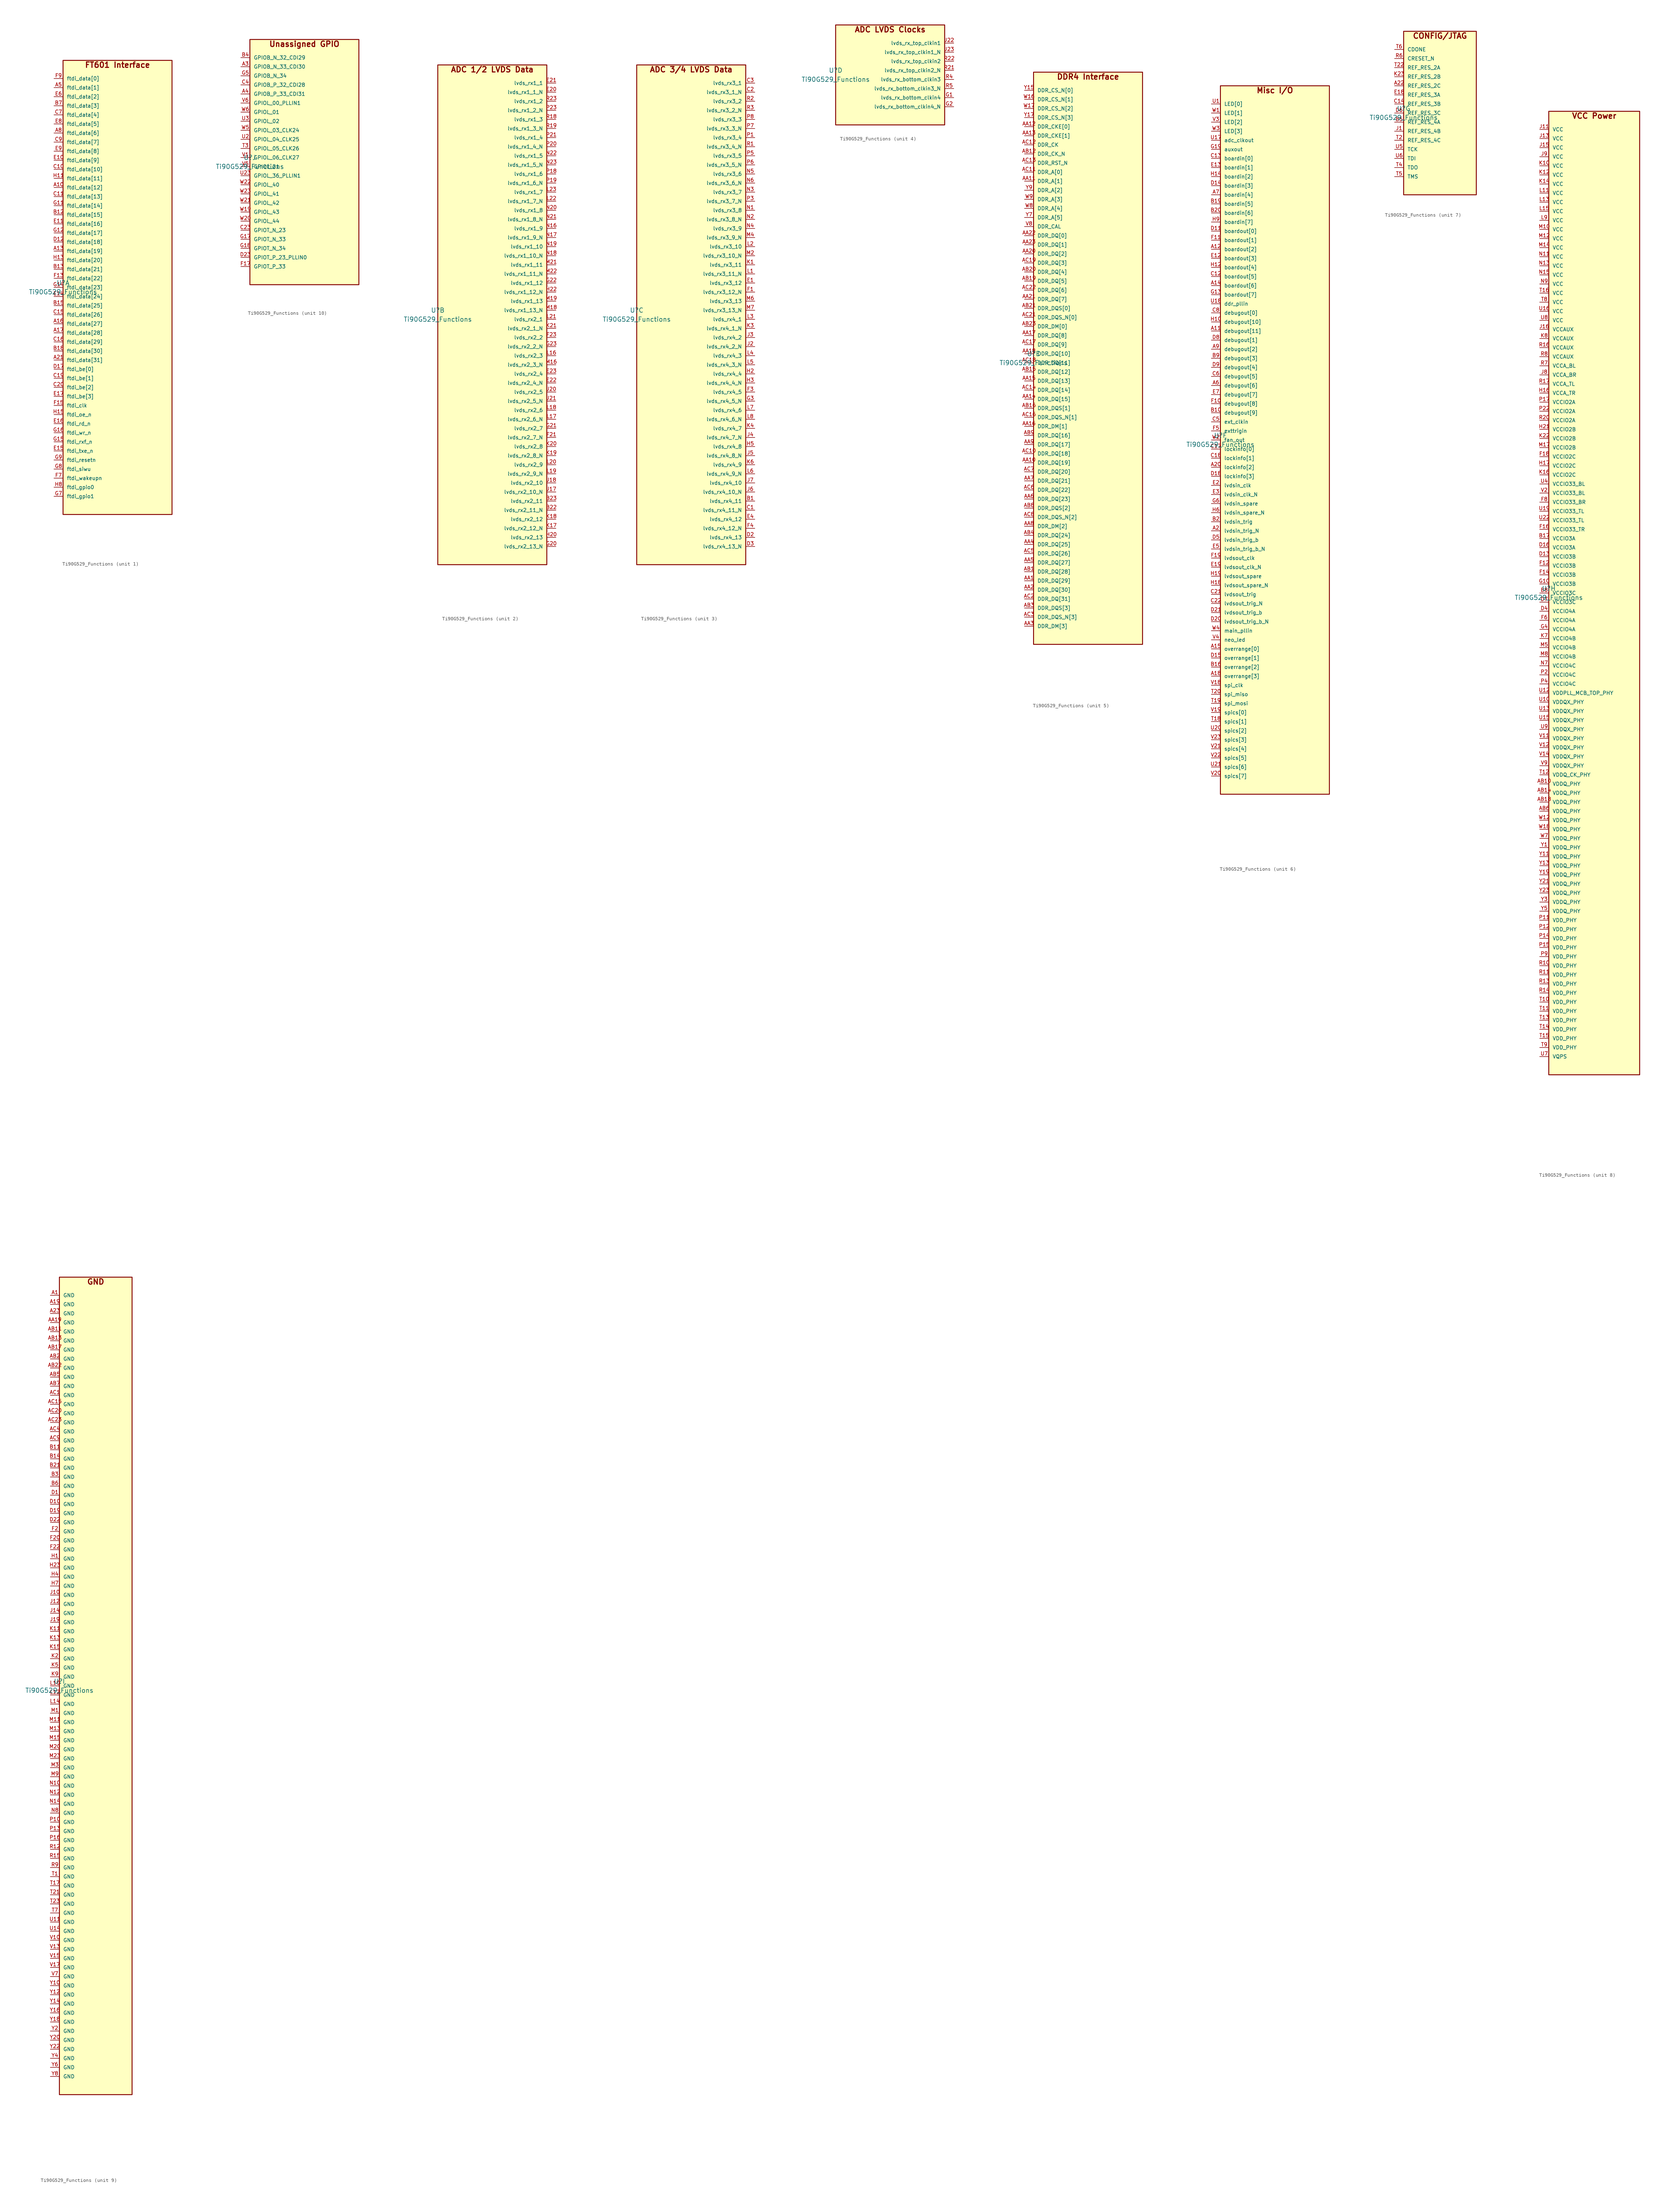
<source format=kicad_sym>
(kicad_symbol_lib
  (version 20231120)
  (generator "kicad_symbol_editor")
  (generator_version "8.0")
  (symbol "Ti90G529_Functions"
    (pin_names
      (offset 1.016))
    (property "Reference" "U"
      (at 0 1.27 0)
      (effects (font (size 1.27 1.27))))
    (property "Value" "Ti90G529_Functions"
      (at 0 -1.27 0)
      (effects (font (size 1.27 1.27))))
    (symbol "Ti90G529_Functions_1_1"
      (rectangle (start 0 63.50) (end 30.48 -63.50) (stroke (width 0.254) (type default)) (fill (type background)))
      (text "FT601 Interface" (at 15.24 62.23 0) (effects (font (size 1.524 1.524) bold)))
      (pin bidirectional line (at -2.54 58.42 0) (length 2.54) (name "ftdi_data[0]" (effects (font (size 1.016 1.016)))) (number "F9" (effects (font (size 1.016 1.016)))))
      (pin bidirectional line (at -2.54 55.88 0) (length 2.54) (name "ftdi_data[1]" (effects (font (size 1.016 1.016)))) (number "A5" (effects (font (size 1.016 1.016)))))
      (pin bidirectional line (at -2.54 53.34 0) (length 2.54) (name "ftdi_data[2]" (effects (font (size 1.016 1.016)))) (number "E6" (effects (font (size 1.016 1.016)))))
      (pin bidirectional line (at -2.54 50.80 0) (length 2.54) (name "ftdi_data[3]" (effects (font (size 1.016 1.016)))) (number "B7" (effects (font (size 1.016 1.016)))))
      (pin bidirectional line (at -2.54 48.26 0) (length 2.54) (name "ftdi_data[4]" (effects (font (size 1.016 1.016)))) (number "C7" (effects (font (size 1.016 1.016)))))
      (pin bidirectional line (at -2.54 45.72 0) (length 2.54) (name "ftdi_data[5]" (effects (font (size 1.016 1.016)))) (number "E8" (effects (font (size 1.016 1.016)))))
      (pin bidirectional line (at -2.54 43.18 0) (length 2.54) (name "ftdi_data[6]" (effects (font (size 1.016 1.016)))) (number "A8" (effects (font (size 1.016 1.016)))))
      (pin bidirectional line (at -2.54 40.64 0) (length 2.54) (name "ftdi_data[7]" (effects (font (size 1.016 1.016)))) (number "C9" (effects (font (size 1.016 1.016)))))
      (pin bidirectional line (at -2.54 38.10 0) (length 2.54) (name "ftdi_data[8]" (effects (font (size 1.016 1.016)))) (number "E9" (effects (font (size 1.016 1.016)))))
      (pin bidirectional line (at -2.54 35.56 0) (length 2.54) (name "ftdi_data[9]" (effects (font (size 1.016 1.016)))) (number "E10" (effects (font (size 1.016 1.016)))))
      (pin bidirectional line (at -2.54 33.02 0) (length 2.54) (name "ftdi_data[10]" (effects (font (size 1.016 1.016)))) (number "C10" (effects (font (size 1.016 1.016)))))
      (pin bidirectional line (at -2.54 30.48 0) (length 2.54) (name "ftdi_data[11]" (effects (font (size 1.016 1.016)))) (number "H11" (effects (font (size 1.016 1.016)))))
      (pin bidirectional line (at -2.54 27.94 0) (length 2.54) (name "ftdi_data[12]" (effects (font (size 1.016 1.016)))) (number "A10" (effects (font (size 1.016 1.016)))))
      (pin bidirectional line (at -2.54 25.40 0) (length 2.54) (name "ftdi_data[13]" (effects (font (size 1.016 1.016)))) (number "C11" (effects (font (size 1.016 1.016)))))
      (pin bidirectional line (at -2.54 22.86 0) (length 2.54) (name "ftdi_data[14]" (effects (font (size 1.016 1.016)))) (number "G11" (effects (font (size 1.016 1.016)))))
      (pin bidirectional line (at -2.54 20.32 0) (length 2.54) (name "ftdi_data[15]" (effects (font (size 1.016 1.016)))) (number "B12" (effects (font (size 1.016 1.016)))))
      (pin bidirectional line (at -2.54 17.78 0) (length 2.54) (name "ftdi_data[16]" (effects (font (size 1.016 1.016)))) (number "E11" (effects (font (size 1.016 1.016)))))
      (pin bidirectional line (at -2.54 15.24 0) (length 2.54) (name "ftdi_data[17]" (effects (font (size 1.016 1.016)))) (number "G12" (effects (font (size 1.016 1.016)))))
      (pin bidirectional line (at -2.54 12.70 0) (length 2.54) (name "ftdi_data[18]" (effects (font (size 1.016 1.016)))) (number "D12" (effects (font (size 1.016 1.016)))))
      (pin bidirectional line (at -2.54 10.16 0) (length 2.54) (name "ftdi_data[19]" (effects (font (size 1.016 1.016)))) (number "A13" (effects (font (size 1.016 1.016)))))
      (pin bidirectional line (at -2.54 7.62 0) (length 2.54) (name "ftdi_data[20]" (effects (font (size 1.016 1.016)))) (number "H13" (effects (font (size 1.016 1.016)))))
      (pin bidirectional line (at -2.54 5.08 0) (length 2.54) (name "ftdi_data[21]" (effects (font (size 1.016 1.016)))) (number "B13" (effects (font (size 1.016 1.016)))))
      (pin bidirectional line (at -2.54 2.54 0) (length 2.54) (name "ftdi_data[22]" (effects (font (size 1.016 1.016)))) (number "F13" (effects (font (size 1.016 1.016)))))
      (pin bidirectional line (at -2.54 0.00 0) (length 2.54) (name "ftdi_data[23]" (effects (font (size 1.016 1.016)))) (number "G14" (effects (font (size 1.016 1.016)))))
      (pin bidirectional line (at -2.54 -2.54 0) (length 2.54) (name "ftdi_data[24]" (effects (font (size 1.016 1.016)))) (number "E14" (effects (font (size 1.016 1.016)))))
      (pin bidirectional line (at -2.54 -5.08 0) (length 2.54) (name "ftdi_data[25]" (effects (font (size 1.016 1.016)))) (number "B15" (effects (font (size 1.016 1.016)))))
      (pin bidirectional line (at -2.54 -7.62 0) (length 2.54) (name "ftdi_data[26]" (effects (font (size 1.016 1.016)))) (number "C15" (effects (font (size 1.016 1.016)))))
      (pin bidirectional line (at -2.54 -10.16 0) (length 2.54) (name "ftdi_data[27]" (effects (font (size 1.016 1.016)))) (number "A16" (effects (font (size 1.016 1.016)))))
      (pin bidirectional line (at -2.54 -12.70 0) (length 2.54) (name "ftdi_data[28]" (effects (font (size 1.016 1.016)))) (number "A17" (effects (font (size 1.016 1.016)))))
      (pin bidirectional line (at -2.54 -15.24 0) (length 2.54) (name "ftdi_data[29]" (effects (font (size 1.016 1.016)))) (number "C16" (effects (font (size 1.016 1.016)))))
      (pin bidirectional line (at -2.54 -17.78 0) (length 2.54) (name "ftdi_data[30]" (effects (font (size 1.016 1.016)))) (number "B18" (effects (font (size 1.016 1.016)))))
      (pin bidirectional line (at -2.54 -20.32 0) (length 2.54) (name "ftdi_data[31]" (effects (font (size 1.016 1.016)))) (number "A21" (effects (font (size 1.016 1.016)))))
      (pin bidirectional line (at -2.54 -22.86 0) (length 2.54) (name "ftdi_be[0]" (effects (font (size 1.016 1.016)))) (number "D17" (effects (font (size 1.016 1.016)))))
      (pin bidirectional line (at -2.54 -25.40 0) (length 2.54) (name "ftdi_be[1]" (effects (font (size 1.016 1.016)))) (number "C19" (effects (font (size 1.016 1.016)))))
      (pin bidirectional line (at -2.54 -27.94 0) (length 2.54) (name "ftdi_be[2]" (effects (font (size 1.016 1.016)))) (number "C20" (effects (font (size 1.016 1.016)))))
      (pin bidirectional line (at -2.54 -30.48 0) (length 2.54) (name "ftdi_be[3]" (effects (font (size 1.016 1.016)))) (number "E17" (effects (font (size 1.016 1.016)))))
      (pin input line (at -2.54 -33.02 0) (length 2.54) (name "ftdi_clk" (effects (font (size 1.016 1.016)))) (number "F15" (effects (font (size 1.016 1.016)))))
      (pin output line (at -2.54 -35.56 0) (length 2.54) (name "ftdi_oe_n" (effects (font (size 1.016 1.016)))) (number "H15" (effects (font (size 1.016 1.016)))))
      (pin output line (at -2.54 -38.10 0) (length 2.54) (name "ftdi_rd_n" (effects (font (size 1.016 1.016)))) (number "E16" (effects (font (size 1.016 1.016)))))
      (pin output line (at -2.54 -40.64 0) (length 2.54) (name "ftdi_wr_n" (effects (font (size 1.016 1.016)))) (number "G16" (effects (font (size 1.016 1.016)))))
      (pin input line (at -2.54 -43.18 0) (length 2.54) (name "ftdi_rxf_n" (effects (font (size 1.016 1.016)))) (number "G15" (effects (font (size 1.016 1.016)))))
      (pin input line (at -2.54 -45.72 0) (length 2.54) (name "ftdi_txe_n" (effects (font (size 1.016 1.016)))) (number "E15" (effects (font (size 1.016 1.016)))))
      (pin output line (at -2.54 -48.26 0) (length 2.54) (name "ftdi_resetn" (effects (font (size 1.016 1.016)))) (number "G9" (effects (font (size 1.016 1.016)))))
      (pin output line (at -2.54 -50.80 0) (length 2.54) (name "ftdi_siwu" (effects (font (size 1.016 1.016)))) (number "G8" (effects (font (size 1.016 1.016)))))
      (pin output line (at -2.54 -53.34 0) (length 2.54) (name "ftdi_wakeupn" (effects (font (size 1.016 1.016)))) (number "F7" (effects (font (size 1.016 1.016)))))
      (pin output line (at -2.54 -55.88 0) (length 2.54) (name "ftdi_gpio0" (effects (font (size 1.016 1.016)))) (number "H8" (effects (font (size 1.016 1.016)))))
      (pin output line (at -2.54 -58.42 0) (length 2.54) (name "ftdi_gpio1" (effects (font (size 1.016 1.016)))) (number "G7" (effects (font (size 1.016 1.016))))))
    (symbol "Ti90G529_Functions_2_1"
      (rectangle (start 0 69.85) (end 30.48 -69.85) (stroke (width 0.254) (type default)) (fill (type background)))
      (text "ADC 1/2 LVDS Data" (at 15.24 68.58 0) (effects (font (size 1.524 1.524) bold)))
      (pin input line (at 33.02 64.77 180) (length 2.54) (name "lvds_rx1_1" (effects (font (size 1.016 1.016)))) (number "E21" (effects (font (size 1.016 1.016)))))
      (pin input line (at 33.02 62.23 180) (length 2.54) (name "lvds_rx1_1_N" (effects (font (size 1.016 1.016)))) (number "E20" (effects (font (size 1.016 1.016)))))
      (pin input line (at 33.02 59.69 180) (length 2.54) (name "lvds_rx1_2" (effects (font (size 1.016 1.016)))) (number "R23" (effects (font (size 1.016 1.016)))))
      (pin input line (at 33.02 57.15 180) (length 2.54) (name "lvds_rx1_2_N" (effects (font (size 1.016 1.016)))) (number "P23" (effects (font (size 1.016 1.016)))))
      (pin input line (at 33.02 54.61 180) (length 2.54) (name "lvds_rx1_3" (effects (font (size 1.016 1.016)))) (number "R18" (effects (font (size 1.016 1.016)))))
      (pin input line (at 33.02 52.07 180) (length 2.54) (name "lvds_rx1_3_N" (effects (font (size 1.016 1.016)))) (number "R19" (effects (font (size 1.016 1.016)))))
      (pin input line (at 33.02 49.53 180) (length 2.54) (name "lvds_rx1_4" (effects (font (size 1.016 1.016)))) (number "P21" (effects (font (size 1.016 1.016)))))
      (pin input line (at 33.02 46.99 180) (length 2.54) (name "lvds_rx1_4_N" (effects (font (size 1.016 1.016)))) (number "P20" (effects (font (size 1.016 1.016)))))
      (pin input line (at 33.02 44.45 180) (length 2.54) (name "lvds_rx1_5" (effects (font (size 1.016 1.016)))) (number "N22" (effects (font (size 1.016 1.016)))))
      (pin input line (at 33.02 41.91 180) (length 2.54) (name "lvds_rx1_5_N" (effects (font (size 1.016 1.016)))) (number "N23" (effects (font (size 1.016 1.016)))))
      (pin input line (at 33.02 39.37 180) (length 2.54) (name "lvds_rx1_6" (effects (font (size 1.016 1.016)))) (number "P18" (effects (font (size 1.016 1.016)))))
      (pin input line (at 33.02 36.83 180) (length 2.54) (name "lvds_rx1_6_N" (effects (font (size 1.016 1.016)))) (number "P19" (effects (font (size 1.016 1.016)))))
      (pin input line (at 33.02 34.29 180) (length 2.54) (name "lvds_rx1_7" (effects (font (size 1.016 1.016)))) (number "L23" (effects (font (size 1.016 1.016)))))
      (pin input line (at 33.02 31.75 180) (length 2.54) (name "lvds_rx1_7_N" (effects (font (size 1.016 1.016)))) (number "L22" (effects (font (size 1.016 1.016)))))
      (pin input line (at 33.02 29.21 180) (length 2.54) (name "lvds_rx1_8" (effects (font (size 1.016 1.016)))) (number "N20" (effects (font (size 1.016 1.016)))))
      (pin input line (at 33.02 26.67 180) (length 2.54) (name "lvds_rx1_8_N" (effects (font (size 1.016 1.016)))) (number "N21" (effects (font (size 1.016 1.016)))))
      (pin input line (at 33.02 24.13 180) (length 2.54) (name "lvds_rx1_9" (effects (font (size 1.016 1.016)))) (number "N16" (effects (font (size 1.016 1.016)))))
      (pin input line (at 33.02 21.59 180) (length 2.54) (name "lvds_rx1_9_N" (effects (font (size 1.016 1.016)))) (number "N17" (effects (font (size 1.016 1.016)))))
      (pin input line (at 33.02 19.05 180) (length 2.54) (name "lvds_rx1_10" (effects (font (size 1.016 1.016)))) (number "N19" (effects (font (size 1.016 1.016)))))
      (pin input line (at 33.02 16.51 180) (length 2.54) (name "lvds_rx1_10_N" (effects (font (size 1.016 1.016)))) (number "N18" (effects (font (size 1.016 1.016)))))
      (pin input line (at 33.02 13.97 180) (length 2.54) (name "lvds_rx1_11" (effects (font (size 1.016 1.016)))) (number "M21" (effects (font (size 1.016 1.016)))))
      (pin input line (at 33.02 11.43 180) (length 2.54) (name "lvds_rx1_11_N" (effects (font (size 1.016 1.016)))) (number "M22" (effects (font (size 1.016 1.016)))))
      (pin input line (at 33.02 8.89 180) (length 2.54) (name "lvds_rx1_12" (effects (font (size 1.016 1.016)))) (number "G22" (effects (font (size 1.016 1.016)))))
      (pin input line (at 33.02 6.35 180) (length 2.54) (name "lvds_rx1_12_N" (effects (font (size 1.016 1.016)))) (number "H22" (effects (font (size 1.016 1.016)))))
      (pin input line (at 33.02 3.81 180) (length 2.54) (name "lvds_rx1_13" (effects (font (size 1.016 1.016)))) (number "M19" (effects (font (size 1.016 1.016)))))
      (pin input line (at 33.02 1.27 180) (length 2.54) (name "lvds_rx1_13_N" (effects (font (size 1.016 1.016)))) (number "M18" (effects (font (size 1.016 1.016)))))
      (pin input line (at 33.02 -1.27 180) (length 2.54) (name "lvds_rx2_1" (effects (font (size 1.016 1.016)))) (number "L21" (effects (font (size 1.016 1.016)))))
      (pin input line (at 33.02 -3.81 180) (length 2.54) (name "lvds_rx2_1_N" (effects (font (size 1.016 1.016)))) (number "K21" (effects (font (size 1.016 1.016)))))
      (pin input line (at 33.02 -6.35 180) (length 2.54) (name "lvds_rx2_2" (effects (font (size 1.016 1.016)))) (number "F23" (effects (font (size 1.016 1.016)))))
      (pin input line (at 33.02 -8.89 180) (length 2.54) (name "lvds_rx2_2_N" (effects (font (size 1.016 1.016)))) (number "G23" (effects (font (size 1.016 1.016)))))
      (pin input line (at 33.02 -11.43 180) (length 2.54) (name "lvds_rx2_3" (effects (font (size 1.016 1.016)))) (number "L16" (effects (font (size 1.016 1.016)))))
      (pin input line (at 33.02 -13.97 180) (length 2.54) (name "lvds_rx2_3_N" (effects (font (size 1.016 1.016)))) (number "M16" (effects (font (size 1.016 1.016)))))
      (pin input line (at 33.02 -16.51 180) (length 2.54) (name "lvds_rx2_4" (effects (font (size 1.016 1.016)))) (number "E23" (effects (font (size 1.016 1.016)))))
      (pin input line (at 33.02 -19.05 180) (length 2.54) (name "lvds_rx2_4_N" (effects (font (size 1.016 1.016)))) (number "E22" (effects (font (size 1.016 1.016)))))
      (pin input line (at 33.02 -21.59 180) (length 2.54) (name "lvds_rx2_5" (effects (font (size 1.016 1.016)))) (number "J20" (effects (font (size 1.016 1.016)))))
      (pin input line (at 33.02 -24.13 180) (length 2.54) (name "lvds_rx2_5_N" (effects (font (size 1.016 1.016)))) (number "J21" (effects (font (size 1.016 1.016)))))
      (pin input line (at 33.02 -26.67 180) (length 2.54) (name "lvds_rx2_6" (effects (font (size 1.016 1.016)))) (number "L18" (effects (font (size 1.016 1.016)))))
      (pin input line (at 33.02 -29.21 180) (length 2.54) (name "lvds_rx2_6_N" (effects (font (size 1.016 1.016)))) (number "L17" (effects (font (size 1.016 1.016)))))
      (pin input line (at 33.02 -31.75 180) (length 2.54) (name "lvds_rx2_7" (effects (font (size 1.016 1.016)))) (number "G21" (effects (font (size 1.016 1.016)))))
      (pin input line (at 33.02 -34.29 180) (length 2.54) (name "lvds_rx2_7_N" (effects (font (size 1.016 1.016)))) (number "F21" (effects (font (size 1.016 1.016)))))
      (pin input line (at 33.02 -36.83 180) (length 2.54) (name "lvds_rx2_8" (effects (font (size 1.016 1.016)))) (number "K20" (effects (font (size 1.016 1.016)))))
      (pin input line (at 33.02 -39.37 180) (length 2.54) (name "lvds_rx2_8_N" (effects (font (size 1.016 1.016)))) (number "K19" (effects (font (size 1.016 1.016)))))
      (pin input line (at 33.02 -41.91 180) (length 2.54) (name "lvds_rx2_9" (effects (font (size 1.016 1.016)))) (number "L20" (effects (font (size 1.016 1.016)))))
      (pin input line (at 33.02 -44.45 180) (length 2.54) (name "lvds_rx2_9_N" (effects (font (size 1.016 1.016)))) (number "L19" (effects (font (size 1.016 1.016)))))
      (pin input line (at 33.02 -46.99 180) (length 2.54) (name "lvds_rx2_10" (effects (font (size 1.016 1.016)))) (number "J18" (effects (font (size 1.016 1.016)))))
      (pin input line (at 33.02 -49.53 180) (length 2.54) (name "lvds_rx2_10_N" (effects (font (size 1.016 1.016)))) (number "J17" (effects (font (size 1.016 1.016)))))
      (pin input line (at 33.02 -52.07 180) (length 2.54) (name "lvds_rx2_11" (effects (font (size 1.016 1.016)))) (number "B23" (effects (font (size 1.016 1.016)))))
      (pin input line (at 33.02 -54.61 180) (length 2.54) (name "lvds_rx2_11_N" (effects (font (size 1.016 1.016)))) (number "B22" (effects (font (size 1.016 1.016)))))
      (pin input line (at 33.02 -57.15 180) (length 2.54) (name "lvds_rx2_12" (effects (font (size 1.016 1.016)))) (number "K18" (effects (font (size 1.016 1.016)))))
      (pin input line (at 33.02 -59.69 180) (length 2.54) (name "lvds_rx2_12_N" (effects (font (size 1.016 1.016)))) (number "K17" (effects (font (size 1.016 1.016)))))
      (pin input line (at 33.02 -62.23 180) (length 2.54) (name "lvds_rx2_13" (effects (font (size 1.016 1.016)))) (number "H20" (effects (font (size 1.016 1.016)))))
      (pin input line (at 33.02 -64.77 180) (length 2.54) (name "lvds_rx2_13_N" (effects (font (size 1.016 1.016)))) (number "G20" (effects (font (size 1.016 1.016))))))
    (symbol "Ti90G529_Functions_3_1"
      (rectangle (start 0 69.85) (end 30.48 -69.85) (stroke (width 0.254) (type default)) (fill (type background)))
      (text "ADC 3/4 LVDS Data" (at 15.24 68.58 0) (effects (font (size 1.524 1.524) bold)))
      (pin input line (at 33.02 64.77 180) (length 2.54) (name "lvds_rx3_1" (effects (font (size 1.016 1.016)))) (number "C3" (effects (font (size 1.016 1.016)))))
      (pin input line (at 33.02 62.23 180) (length 2.54) (name "lvds_rx3_1_N" (effects (font (size 1.016 1.016)))) (number "C2" (effects (font (size 1.016 1.016)))))
      (pin input line (at 33.02 59.69 180) (length 2.54) (name "lvds_rx3_2" (effects (font (size 1.016 1.016)))) (number "R2" (effects (font (size 1.016 1.016)))))
      (pin input line (at 33.02 57.15 180) (length 2.54) (name "lvds_rx3_2_N" (effects (font (size 1.016 1.016)))) (number "R3" (effects (font (size 1.016 1.016)))))
      (pin input line (at 33.02 54.61 180) (length 2.54) (name "lvds_rx3_3" (effects (font (size 1.016 1.016)))) (number "P8" (effects (font (size 1.016 1.016)))))
      (pin input line (at 33.02 52.07 180) (length 2.54) (name "lvds_rx3_3_N" (effects (font (size 1.016 1.016)))) (number "P7" (effects (font (size 1.016 1.016)))))
      (pin input line (at 33.02 49.53 180) (length 2.54) (name "lvds_rx3_4" (effects (font (size 1.016 1.016)))) (number "P1" (effects (font (size 1.016 1.016)))))
      (pin input line (at 33.02 46.99 180) (length 2.54) (name "lvds_rx3_4_N" (effects (font (size 1.016 1.016)))) (number "R1" (effects (font (size 1.016 1.016)))))
      (pin input line (at 33.02 44.45 180) (length 2.54) (name "lvds_rx3_5" (effects (font (size 1.016 1.016)))) (number "P5" (effects (font (size 1.016 1.016)))))
      (pin input line (at 33.02 41.91 180) (length 2.54) (name "lvds_rx3_5_N" (effects (font (size 1.016 1.016)))) (number "P6" (effects (font (size 1.016 1.016)))))
      (pin input line (at 33.02 39.37 180) (length 2.54) (name "lvds_rx3_6" (effects (font (size 1.016 1.016)))) (number "N5" (effects (font (size 1.016 1.016)))))
      (pin input line (at 33.02 36.83 180) (length 2.54) (name "lvds_rx3_6_N" (effects (font (size 1.016 1.016)))) (number "N6" (effects (font (size 1.016 1.016)))))
      (pin input line (at 33.02 34.29 180) (length 2.54) (name "lvds_rx3_7" (effects (font (size 1.016 1.016)))) (number "N3" (effects (font (size 1.016 1.016)))))
      (pin input line (at 33.02 31.75 180) (length 2.54) (name "lvds_rx3_7_N" (effects (font (size 1.016 1.016)))) (number "P3" (effects (font (size 1.016 1.016)))))
      (pin input line (at 33.02 29.21 180) (length 2.54) (name "lvds_rx3_8" (effects (font (size 1.016 1.016)))) (number "N1" (effects (font (size 1.016 1.016)))))
      (pin input line (at 33.02 26.67 180) (length 2.54) (name "lvds_rx3_8_N" (effects (font (size 1.016 1.016)))) (number "N2" (effects (font (size 1.016 1.016)))))
      (pin input line (at 33.02 24.13 180) (length 2.54) (name "lvds_rx3_9" (effects (font (size 1.016 1.016)))) (number "N4" (effects (font (size 1.016 1.016)))))
      (pin input line (at 33.02 21.59 180) (length 2.54) (name "lvds_rx3_9_N" (effects (font (size 1.016 1.016)))) (number "M4" (effects (font (size 1.016 1.016)))))
      (pin input line (at 33.02 19.05 180) (length 2.54) (name "lvds_rx3_10" (effects (font (size 1.016 1.016)))) (number "L2" (effects (font (size 1.016 1.016)))))
      (pin input line (at 33.02 16.51 180) (length 2.54) (name "lvds_rx3_10_N" (effects (font (size 1.016 1.016)))) (number "M2" (effects (font (size 1.016 1.016)))))
      (pin input line (at 33.02 13.97 180) (length 2.54) (name "lvds_rx3_11" (effects (font (size 1.016 1.016)))) (number "K1" (effects (font (size 1.016 1.016)))))
      (pin input line (at 33.02 11.43 180) (length 2.54) (name "lvds_rx3_11_N" (effects (font (size 1.016 1.016)))) (number "L1" (effects (font (size 1.016 1.016)))))
      (pin input line (at 33.02 8.89 180) (length 2.54) (name "lvds_rx3_12" (effects (font (size 1.016 1.016)))) (number "E1" (effects (font (size 1.016 1.016)))))
      (pin input line (at 33.02 6.35 180) (length 2.54) (name "lvds_rx3_12_N" (effects (font (size 1.016 1.016)))) (number "F1" (effects (font (size 1.016 1.016)))))
      (pin input line (at 33.02 3.81 180) (length 2.54) (name "lvds_rx3_13" (effects (font (size 1.016 1.016)))) (number "M6" (effects (font (size 1.016 1.016)))))
      (pin input line (at 33.02 1.27 180) (length 2.54) (name "lvds_rx3_13_N" (effects (font (size 1.016 1.016)))) (number "M7" (effects (font (size 1.016 1.016)))))
      (pin input line (at 33.02 -1.27 180) (length 2.54) (name "lvds_rx4_1" (effects (font (size 1.016 1.016)))) (number "L3" (effects (font (size 1.016 1.016)))))
      (pin input line (at 33.02 -3.81 180) (length 2.54) (name "lvds_rx4_1_N" (effects (font (size 1.016 1.016)))) (number "K3" (effects (font (size 1.016 1.016)))))
      (pin input line (at 33.02 -6.35 180) (length 2.54) (name "lvds_rx4_2" (effects (font (size 1.016 1.016)))) (number "J3" (effects (font (size 1.016 1.016)))))
      (pin input line (at 33.02 -8.89 180) (length 2.54) (name "lvds_rx4_2_N" (effects (font (size 1.016 1.016)))) (number "J2" (effects (font (size 1.016 1.016)))))
      (pin input line (at 33.02 -11.43 180) (length 2.54) (name "lvds_rx4_3" (effects (font (size 1.016 1.016)))) (number "L4" (effects (font (size 1.016 1.016)))))
      (pin input line (at 33.02 -13.97 180) (length 2.54) (name "lvds_rx4_3_N" (effects (font (size 1.016 1.016)))) (number "L5" (effects (font (size 1.016 1.016)))))
      (pin input line (at 33.02 -16.51 180) (length 2.54) (name "lvds_rx4_4" (effects (font (size 1.016 1.016)))) (number "H2" (effects (font (size 1.016 1.016)))))
      (pin input line (at 33.02 -19.05 180) (length 2.54) (name "lvds_rx4_4_N" (effects (font (size 1.016 1.016)))) (number "H3" (effects (font (size 1.016 1.016)))))
      (pin input line (at 33.02 -21.59 180) (length 2.54) (name "lvds_rx4_5" (effects (font (size 1.016 1.016)))) (number "F3" (effects (font (size 1.016 1.016)))))
      (pin input line (at 33.02 -24.13 180) (length 2.54) (name "lvds_rx4_5_N" (effects (font (size 1.016 1.016)))) (number "G3" (effects (font (size 1.016 1.016)))))
      (pin input line (at 33.02 -26.67 180) (length 2.54) (name "lvds_rx4_6" (effects (font (size 1.016 1.016)))) (number "L7" (effects (font (size 1.016 1.016)))))
      (pin input line (at 33.02 -29.21 180) (length 2.54) (name "lvds_rx4_6_N" (effects (font (size 1.016 1.016)))) (number "L8" (effects (font (size 1.016 1.016)))))
      (pin input line (at 33.02 -31.75 180) (length 2.54) (name "lvds_rx4_7" (effects (font (size 1.016 1.016)))) (number "K4" (effects (font (size 1.016 1.016)))))
      (pin input line (at 33.02 -34.29 180) (length 2.54) (name "lvds_rx4_7_N" (effects (font (size 1.016 1.016)))) (number "J4" (effects (font (size 1.016 1.016)))))
      (pin input line (at 33.02 -36.83 180) (length 2.54) (name "lvds_rx4_8" (effects (font (size 1.016 1.016)))) (number "H5" (effects (font (size 1.016 1.016)))))
      (pin input line (at 33.02 -39.37 180) (length 2.54) (name "lvds_rx4_8_N" (effects (font (size 1.016 1.016)))) (number "J5" (effects (font (size 1.016 1.016)))))
      (pin input line (at 33.02 -41.91 180) (length 2.54) (name "lvds_rx4_9" (effects (font (size 1.016 1.016)))) (number "K6" (effects (font (size 1.016 1.016)))))
      (pin input line (at 33.02 -44.45 180) (length 2.54) (name "lvds_rx4_9_N" (effects (font (size 1.016 1.016)))) (number "L6" (effects (font (size 1.016 1.016)))))
      (pin input line (at 33.02 -46.99 180) (length 2.54) (name "lvds_rx4_10" (effects (font (size 1.016 1.016)))) (number "J7" (effects (font (size 1.016 1.016)))))
      (pin input line (at 33.02 -49.53 180) (length 2.54) (name "lvds_rx4_10_N" (effects (font (size 1.016 1.016)))) (number "J6" (effects (font (size 1.016 1.016)))))
      (pin input line (at 33.02 -52.07 180) (length 2.54) (name "lvds_rx4_11" (effects (font (size 1.016 1.016)))) (number "B1" (effects (font (size 1.016 1.016)))))
      (pin input line (at 33.02 -54.61 180) (length 2.54) (name "lvds_rx4_11_N" (effects (font (size 1.016 1.016)))) (number "C1" (effects (font (size 1.016 1.016)))))
      (pin input line (at 33.02 -57.15 180) (length 2.54) (name "lvds_rx4_12" (effects (font (size 1.016 1.016)))) (number "E4" (effects (font (size 1.016 1.016)))))
      (pin input line (at 33.02 -59.69 180) (length 2.54) (name "lvds_rx4_12_N" (effects (font (size 1.016 1.016)))) (number "F4" (effects (font (size 1.016 1.016)))))
      (pin input line (at 33.02 -62.23 180) (length 2.54) (name "lvds_rx4_13" (effects (font (size 1.016 1.016)))) (number "D2" (effects (font (size 1.016 1.016)))))
      (pin input line (at 33.02 -64.77 180) (length 2.54) (name "lvds_rx4_13_N" (effects (font (size 1.016 1.016)))) (number "D3" (effects (font (size 1.016 1.016))))))
    (symbol "Ti90G529_Functions_4_1"
      (rectangle (start 0 13.97) (end 30.48 -13.97) (stroke (width 0.254) (type default)) (fill (type background)))
      (text "ADC LVDS Clocks" (at 15.24 12.70 0) (effects (font (size 1.524 1.524) bold)))
      (pin input line (at 33.02 8.89 180) (length 2.54) (name "lvds_rx_top_clkin1" (effects (font (size 1.016 1.016)))) (number "J22" (effects (font (size 1.016 1.016)))))
      (pin input line (at 33.02 6.35 180) (length 2.54) (name "lvds_rx_top_clkin1_N" (effects (font (size 1.016 1.016)))) (number "J23" (effects (font (size 1.016 1.016)))))
      (pin input line (at 33.02 3.81 180) (length 2.54) (name "lvds_rx_top_clkin2" (effects (font (size 1.016 1.016)))) (number "R22" (effects (font (size 1.016 1.016)))))
      (pin input line (at 33.02 1.27 180) (length 2.54) (name "lvds_rx_top_clkin2_N" (effects (font (size 1.016 1.016)))) (number "R21" (effects (font (size 1.016 1.016)))))
      (pin input line (at 33.02 -1.27 180) (length 2.54) (name "lvds_rx_bottom_clkin3" (effects (font (size 1.016 1.016)))) (number "R4" (effects (font (size 1.016 1.016)))))
      (pin input line (at 33.02 -3.81 180) (length 2.54) (name "lvds_rx_bottom_clkin3_N" (effects (font (size 1.016 1.016)))) (number "R5" (effects (font (size 1.016 1.016)))))
      (pin input line (at 33.02 -6.35 180) (length 2.54) (name "lvds_rx_bottom_clkin4" (effects (font (size 1.016 1.016)))) (number "G1" (effects (font (size 1.016 1.016)))))
      (pin input line (at 33.02 -8.89 180) (length 2.54) (name "lvds_rx_bottom_clkin4_N" (effects (font (size 1.016 1.016)))) (number "G2" (effects (font (size 1.016 1.016))))))
    (symbol "Ti90G529_Functions_5_1"
      (rectangle (start 0 80.01) (end 30.48 -80.01) (stroke (width 0.254) (type default)) (fill (type background)))
      (text "DDR4 Interface" (at 15.24 78.74 0) (effects (font (size 1.524 1.524) bold)))
      (pin output line (at -2.54 74.93 0) (length 2.54) (name "DDR_CS_N[0]" (effects (font (size 1.016 1.016)))) (number "Y15" (effects (font (size 1.016 1.016)))))
      (pin output line (at -2.54 72.39 0) (length 2.54) (name "DDR_CS_N[1]" (effects (font (size 1.016 1.016)))) (number "W16" (effects (font (size 1.016 1.016)))))
      (pin output line (at -2.54 69.85 0) (length 2.54) (name "DDR_CS_N[2]" (effects (font (size 1.016 1.016)))) (number "W17" (effects (font (size 1.016 1.016)))))
      (pin output line (at -2.54 67.31 0) (length 2.54) (name "DDR_CS_N[3]" (effects (font (size 1.016 1.016)))) (number "Y17" (effects (font (size 1.016 1.016)))))
      (pin output line (at -2.54 64.77 0) (length 2.54) (name "DDR_CKE[0]" (effects (font (size 1.016 1.016)))) (number "AA12" (effects (font (size 1.016 1.016)))))
      (pin output line (at -2.54 62.23 0) (length 2.54) (name "DDR_CKE[1]" (effects (font (size 1.016 1.016)))) (number "AA13" (effects (font (size 1.016 1.016)))))
      (pin output line (at -2.54 59.69 0) (length 2.54) (name "DDR_CK" (effects (font (size 1.016 1.016)))) (number "AC12" (effects (font (size 1.016 1.016)))))
      (pin output line (at -2.54 57.15 0) (length 2.54) (name "DDR_CK_N" (effects (font (size 1.016 1.016)))) (number "AB12" (effects (font (size 1.016 1.016)))))
      (pin output line (at -2.54 54.61 0) (length 2.54) (name "DDR_RST_N" (effects (font (size 1.016 1.016)))) (number "AC13" (effects (font (size 1.016 1.016)))))
      (pin output line (at -2.54 52.07 0) (length 2.54) (name "DDR_A[0]" (effects (font (size 1.016 1.016)))) (number "AC11" (effects (font (size 1.016 1.016)))))
      (pin output line (at -2.54 49.53 0) (length 2.54) (name "DDR_A[1]" (effects (font (size 1.016 1.016)))) (number "AA11" (effects (font (size 1.016 1.016)))))
      (pin output line (at -2.54 46.99 0) (length 2.54) (name "DDR_A[2]" (effects (font (size 1.016 1.016)))) (number "Y9" (effects (font (size 1.016 1.016)))))
      (pin output line (at -2.54 44.45 0) (length 2.54) (name "DDR_A[3]" (effects (font (size 1.016 1.016)))) (number "W9" (effects (font (size 1.016 1.016)))))
      (pin output line (at -2.54 41.91 0) (length 2.54) (name "DDR_A[4]" (effects (font (size 1.016 1.016)))) (number "W8" (effects (font (size 1.016 1.016)))))
      (pin output line (at -2.54 39.37 0) (length 2.54) (name "DDR_A[5]" (effects (font (size 1.016 1.016)))) (number "Y7" (effects (font (size 1.016 1.016)))))
      (pin output line (at -2.54 36.83 0) (length 2.54) (name "DDR_CAL" (effects (font (size 1.016 1.016)))) (number "V8" (effects (font (size 1.016 1.016)))))
      (pin bidirectional line (at -2.54 34.29 0) (length 2.54) (name "DDR_DQ[0]" (effects (font (size 1.016 1.016)))) (number "AA22" (effects (font (size 1.016 1.016)))))
      (pin bidirectional line (at -2.54 31.75 0) (length 2.54) (name "DDR_DQ[1]" (effects (font (size 1.016 1.016)))) (number "AA23" (effects (font (size 1.016 1.016)))))
      (pin bidirectional line (at -2.54 29.21 0) (length 2.54) (name "DDR_DQ[2]" (effects (font (size 1.016 1.016)))) (number "AA20" (effects (font (size 1.016 1.016)))))
      (pin bidirectional line (at -2.54 26.67 0) (length 2.54) (name "DDR_DQ[3]" (effects (font (size 1.016 1.016)))) (number "AC19" (effects (font (size 1.016 1.016)))))
      (pin bidirectional line (at -2.54 24.13 0) (length 2.54) (name "DDR_DQ[4]" (effects (font (size 1.016 1.016)))) (number "AB20" (effects (font (size 1.016 1.016)))))
      (pin bidirectional line (at -2.54 21.59 0) (length 2.54) (name "DDR_DQ[5]" (effects (font (size 1.016 1.016)))) (number "AB19" (effects (font (size 1.016 1.016)))))
      (pin bidirectional line (at -2.54 19.05 0) (length 2.54) (name "DDR_DQ[6]" (effects (font (size 1.016 1.016)))) (number "AC22" (effects (font (size 1.016 1.016)))))
      (pin bidirectional line (at -2.54 16.51 0) (length 2.54) (name "DDR_DQ[7]" (effects (font (size 1.016 1.016)))) (number "AA21" (effects (font (size 1.016 1.016)))))
      (pin bidirectional line (at -2.54 13.97 0) (length 2.54) (name "DDR_DQS[0]" (effects (font (size 1.016 1.016)))) (number "AB21" (effects (font (size 1.016 1.016)))))
      (pin bidirectional line (at -2.54 11.43 0) (length 2.54) (name "DDR_DQS_N[0]" (effects (font (size 1.016 1.016)))) (number "AC21" (effects (font (size 1.016 1.016)))))
      (pin bidirectional line (at -2.54 8.89 0) (length 2.54) (name "DDR_DM[0]" (effects (font (size 1.016 1.016)))) (number "AB23" (effects (font (size 1.016 1.016)))))
      (pin bidirectional line (at -2.54 6.35 0) (length 2.54) (name "DDR_DQ[8]" (effects (font (size 1.016 1.016)))) (number "AA17" (effects (font (size 1.016 1.016)))))
      (pin bidirectional line (at -2.54 3.81 0) (length 2.54) (name "DDR_DQ[9]" (effects (font (size 1.016 1.016)))) (number "AC17" (effects (font (size 1.016 1.016)))))
      (pin bidirectional line (at -2.54 1.27 0) (length 2.54) (name "DDR_DQ[10]" (effects (font (size 1.016 1.016)))) (number "AA18" (effects (font (size 1.016 1.016)))))
      (pin bidirectional line (at -2.54 -1.27 0) (length 2.54) (name "DDR_DQ[11]" (effects (font (size 1.016 1.016)))) (number "AC18" (effects (font (size 1.016 1.016)))))
      (pin bidirectional line (at -2.54 -3.81 0) (length 2.54) (name "DDR_DQ[12]" (effects (font (size 1.016 1.016)))) (number "AB15" (effects (font (size 1.016 1.016)))))
      (pin bidirectional line (at -2.54 -6.35 0) (length 2.54) (name "DDR_DQ[13]" (effects (font (size 1.016 1.016)))) (number "AA15" (effects (font (size 1.016 1.016)))))
      (pin bidirectional line (at -2.54 -8.89 0) (length 2.54) (name "DDR_DQ[14]" (effects (font (size 1.016 1.016)))) (number "AC14" (effects (font (size 1.016 1.016)))))
      (pin bidirectional line (at -2.54 -11.43 0) (length 2.54) (name "DDR_DQ[15]" (effects (font (size 1.016 1.016)))) (number "AA14" (effects (font (size 1.016 1.016)))))
      (pin bidirectional line (at -2.54 -13.97 0) (length 2.54) (name "DDR_DQS[1]" (effects (font (size 1.016 1.016)))) (number "AB16" (effects (font (size 1.016 1.016)))))
      (pin bidirectional line (at -2.54 -16.51 0) (length 2.54) (name "DDR_DQS_N[1]" (effects (font (size 1.016 1.016)))) (number "AC16" (effects (font (size 1.016 1.016)))))
      (pin bidirectional line (at -2.54 -19.05 0) (length 2.54) (name "DDR_DM[1]" (effects (font (size 1.016 1.016)))) (number "AA16" (effects (font (size 1.016 1.016)))))
      (pin bidirectional line (at -2.54 -21.59 0) (length 2.54) (name "DDR_DQ[16]" (effects (font (size 1.016 1.016)))) (number "AB9" (effects (font (size 1.016 1.016)))))
      (pin bidirectional line (at -2.54 -24.13 0) (length 2.54) (name "DDR_DQ[17]" (effects (font (size 1.016 1.016)))) (number "AA9" (effects (font (size 1.016 1.016)))))
      (pin bidirectional line (at -2.54 -26.67 0) (length 2.54) (name "DDR_DQ[18]" (effects (font (size 1.016 1.016)))) (number "AC10" (effects (font (size 1.016 1.016)))))
      (pin bidirectional line (at -2.54 -29.21 0) (length 2.54) (name "DDR_DQ[19]" (effects (font (size 1.016 1.016)))) (number "AA10" (effects (font (size 1.016 1.016)))))
      (pin bidirectional line (at -2.54 -31.75 0) (length 2.54) (name "DDR_DQ[20]" (effects (font (size 1.016 1.016)))) (number "AC7" (effects (font (size 1.016 1.016)))))
      (pin bidirectional line (at -2.54 -34.29 0) (length 2.54) (name "DDR_DQ[21]" (effects (font (size 1.016 1.016)))) (number "AA7" (effects (font (size 1.016 1.016)))))
      (pin bidirectional line (at -2.54 -36.83 0) (length 2.54) (name "DDR_DQ[22]" (effects (font (size 1.016 1.016)))) (number "AC6" (effects (font (size 1.016 1.016)))))
      (pin bidirectional line (at -2.54 -39.37 0) (length 2.54) (name "DDR_DQ[23]" (effects (font (size 1.016 1.016)))) (number "AA6" (effects (font (size 1.016 1.016)))))
      (pin bidirectional line (at -2.54 -41.91 0) (length 2.54) (name "DDR_DQS[2]" (effects (font (size 1.016 1.016)))) (number "AB8" (effects (font (size 1.016 1.016)))))
      (pin bidirectional line (at -2.54 -44.45 0) (length 2.54) (name "DDR_DQS_N[2]" (effects (font (size 1.016 1.016)))) (number "AC8" (effects (font (size 1.016 1.016)))))
      (pin bidirectional line (at -2.54 -46.99 0) (length 2.54) (name "DDR_DM[2]" (effects (font (size 1.016 1.016)))) (number "AA8" (effects (font (size 1.016 1.016)))))
      (pin bidirectional line (at -2.54 -49.53 0) (length 2.54) (name "DDR_DQ[24]" (effects (font (size 1.016 1.016)))) (number "AB4" (effects (font (size 1.016 1.016)))))
      (pin bidirectional line (at -2.54 -52.07 0) (length 2.54) (name "DDR_DQ[25]" (effects (font (size 1.016 1.016)))) (number "AA4" (effects (font (size 1.016 1.016)))))
      (pin bidirectional line (at -2.54 -54.61 0) (length 2.54) (name "DDR_DQ[26]" (effects (font (size 1.016 1.016)))) (number "AC5" (effects (font (size 1.016 1.016)))))
      (pin bidirectional line (at -2.54 -57.15 0) (length 2.54) (name "DDR_DQ[27]" (effects (font (size 1.016 1.016)))) (number "AA5" (effects (font (size 1.016 1.016)))))
      (pin bidirectional line (at -2.54 -59.69 0) (length 2.54) (name "DDR_DQ[28]" (effects (font (size 1.016 1.016)))) (number "AB1" (effects (font (size 1.016 1.016)))))
      (pin bidirectional line (at -2.54 -62.23 0) (length 2.54) (name "DDR_DQ[29]" (effects (font (size 1.016 1.016)))) (number "AA1" (effects (font (size 1.016 1.016)))))
      (pin bidirectional line (at -2.54 -64.77 0) (length 2.54) (name "DDR_DQ[30]" (effects (font (size 1.016 1.016)))) (number "AA2" (effects (font (size 1.016 1.016)))))
      (pin bidirectional line (at -2.54 -67.31 0) (length 2.54) (name "DDR_DQ[31]" (effects (font (size 1.016 1.016)))) (number "AC2" (effects (font (size 1.016 1.016)))))
      (pin bidirectional line (at -2.54 -69.85 0) (length 2.54) (name "DDR_DQS[3]" (effects (font (size 1.016 1.016)))) (number "AB3" (effects (font (size 1.016 1.016)))))
      (pin bidirectional line (at -2.54 -72.39 0) (length 2.54) (name "DDR_DQS_N[3]" (effects (font (size 1.016 1.016)))) (number "AC3" (effects (font (size 1.016 1.016)))))
      (pin bidirectional line (at -2.54 -74.93 0) (length 2.54) (name "DDR_DM[3]" (effects (font (size 1.016 1.016)))) (number "AA3" (effects (font (size 1.016 1.016))))))
    (symbol "Ti90G529_Functions_6_1"
      (rectangle (start 0 99.06) (end 30.48 -99.06) (stroke (width 0.254) (type default)) (fill (type background)))
      (text "Misc I/O" (at 15.24 97.79 0) (effects (font (size 1.524 1.524) bold)))
      (pin output line (at -2.54 93.98 0) (length 2.54) (name "LED[0]" (effects (font (size 1.016 1.016)))) (number "U1" (effects (font (size 1.016 1.016)))))
      (pin output line (at -2.54 91.44 0) (length 2.54) (name "LED[1]" (effects (font (size 1.016 1.016)))) (number "W1" (effects (font (size 1.016 1.016)))))
      (pin output line (at -2.54 88.90 0) (length 2.54) (name "LED[2]" (effects (font (size 1.016 1.016)))) (number "V3" (effects (font (size 1.016 1.016)))))
      (pin output line (at -2.54 86.36 0) (length 2.54) (name "LED[3]" (effects (font (size 1.016 1.016)))) (number "W3" (effects (font (size 1.016 1.016)))))
      (pin output line (at -2.54 83.82 0) (length 2.54) (name "adc_clkout" (effects (font (size 1.016 1.016)))) (number "U17" (effects (font (size 1.016 1.016)))))
      (pin output line (at -2.54 81.28 0) (length 2.54) (name "auxout" (effects (font (size 1.016 1.016)))) (number "G19" (effects (font (size 1.016 1.016)))))
      (pin input line (at -2.54 78.74 0) (length 2.54) (name "boardin[0]" (effects (font (size 1.016 1.016)))) (number "C13" (effects (font (size 1.016 1.016)))))
      (pin input line (at -2.54 76.20 0) (length 2.54) (name "boardin[1]" (effects (font (size 1.016 1.016)))) (number "E13" (effects (font (size 1.016 1.016)))))
      (pin input line (at -2.54 73.66 0) (length 2.54) (name "boardin[2]" (effects (font (size 1.016 1.016)))) (number "H14" (effects (font (size 1.016 1.016)))))
      (pin input line (at -2.54 71.12 0) (length 2.54) (name "boardin[3]" (effects (font (size 1.016 1.016)))) (number "D14" (effects (font (size 1.016 1.016)))))
      (pin input line (at -2.54 68.58 0) (length 2.54) (name "boardin[4]" (effects (font (size 1.016 1.016)))) (number "A7" (effects (font (size 1.016 1.016)))))
      (pin input line (at -2.54 66.04 0) (length 2.54) (name "boardin[5]" (effects (font (size 1.016 1.016)))) (number "B19" (effects (font (size 1.016 1.016)))))
      (pin input line (at -2.54 63.50 0) (length 2.54) (name "boardin[6]" (effects (font (size 1.016 1.016)))) (number "B20" (effects (font (size 1.016 1.016)))))
      (pin input line (at -2.54 60.96 0) (length 2.54) (name "boardin[7]" (effects (font (size 1.016 1.016)))) (number "H9" (effects (font (size 1.016 1.016)))))
      (pin output line (at -2.54 58.42 0) (length 2.54) (name "boardout[0]" (effects (font (size 1.016 1.016)))) (number "D11" (effects (font (size 1.016 1.016)))))
      (pin output line (at -2.54 55.88 0) (length 2.54) (name "boardout[1]" (effects (font (size 1.016 1.016)))) (number "F11" (effects (font (size 1.016 1.016)))))
      (pin output line (at -2.54 53.34 0) (length 2.54) (name "boardout[2]" (effects (font (size 1.016 1.016)))) (number "A12" (effects (font (size 1.016 1.016)))))
      (pin output line (at -2.54 50.80 0) (length 2.54) (name "boardout[3]" (effects (font (size 1.016 1.016)))) (number "E12" (effects (font (size 1.016 1.016)))))
      (pin output line (at -2.54 48.26 0) (length 2.54) (name "boardout[4]" (effects (font (size 1.016 1.016)))) (number "H12" (effects (font (size 1.016 1.016)))))
      (pin output line (at -2.54 45.72 0) (length 2.54) (name "boardout[5]" (effects (font (size 1.016 1.016)))) (number "C12" (effects (font (size 1.016 1.016)))))
      (pin output line (at -2.54 43.18 0) (length 2.54) (name "boardout[6]" (effects (font (size 1.016 1.016)))) (number "A14" (effects (font (size 1.016 1.016)))))
      (pin output line (at -2.54 40.64 0) (length 2.54) (name "boardout[7]" (effects (font (size 1.016 1.016)))) (number "G13" (effects (font (size 1.016 1.016)))))
      (pin input line (at -2.54 38.10 0) (length 2.54) (name "ddr_pllin" (effects (font (size 1.016 1.016)))) (number "U18" (effects (font (size 1.016 1.016)))))
      (pin output line (at -2.54 35.56 0) (length 2.54) (name "debugout[0]" (effects (font (size 1.016 1.016)))) (number "C8" (effects (font (size 1.016 1.016)))))
      (pin output line (at -2.54 33.02 0) (length 2.54) (name "debugout[10]" (effects (font (size 1.016 1.016)))) (number "H10" (effects (font (size 1.016 1.016)))))
      (pin output line (at -2.54 30.48 0) (length 2.54) (name "debugout[11]" (effects (font (size 1.016 1.016)))) (number "A11" (effects (font (size 1.016 1.016)))))
      (pin output line (at -2.54 27.94 0) (length 2.54) (name "debugout[1]" (effects (font (size 1.016 1.016)))) (number "D8" (effects (font (size 1.016 1.016)))))
      (pin output line (at -2.54 25.40 0) (length 2.54) (name "debugout[2]" (effects (font (size 1.016 1.016)))) (number "A9" (effects (font (size 1.016 1.016)))))
      (pin output line (at -2.54 22.86 0) (length 2.54) (name "debugout[3]" (effects (font (size 1.016 1.016)))) (number "B9" (effects (font (size 1.016 1.016)))))
      (pin output line (at -2.54 20.32 0) (length 2.54) (name "debugout[4]" (effects (font (size 1.016 1.016)))) (number "D9" (effects (font (size 1.016 1.016)))))
      (pin output line (at -2.54 17.78 0) (length 2.54) (name "debugout[5]" (effects (font (size 1.016 1.016)))) (number "C6" (effects (font (size 1.016 1.016)))))
      (pin output line (at -2.54 15.24 0) (length 2.54) (name "debugout[6]" (effects (font (size 1.016 1.016)))) (number "A6" (effects (font (size 1.016 1.016)))))
      (pin output line (at -2.54 12.70 0) (length 2.54) (name "debugout[7]" (effects (font (size 1.016 1.016)))) (number "E7" (effects (font (size 1.016 1.016)))))
      (pin output line (at -2.54 10.16 0) (length 2.54) (name "debugout[8]" (effects (font (size 1.016 1.016)))) (number "F10" (effects (font (size 1.016 1.016)))))
      (pin output line (at -2.54 7.62 0) (length 2.54) (name "debugout[9]" (effects (font (size 1.016 1.016)))) (number "B10" (effects (font (size 1.016 1.016)))))
      (pin input line (at -2.54 5.08 0) (length 2.54) (name "ext_clkin" (effects (font (size 1.016 1.016)))) (number "C5" (effects (font (size 1.016 1.016)))))
      (pin input line (at -2.54 2.54 0) (length 2.54) (name "exttrigin" (effects (font (size 1.016 1.016)))) (number "F5" (effects (font (size 1.016 1.016)))))
      (pin output line (at -2.54 -0.00 0) (length 2.54) (name "fan_out" (effects (font (size 1.016 1.016)))) (number "W2" (effects (font (size 1.016 1.016)))))
      (pin input line (at -2.54 -2.54 0) (length 2.54) (name "lockinfo[0]" (effects (font (size 1.016 1.016)))) (number "C17" (effects (font (size 1.016 1.016)))))
      (pin input line (at -2.54 -5.08 0) (length 2.54) (name "lockinfo[1]" (effects (font (size 1.016 1.016)))) (number "C18" (effects (font (size 1.016 1.016)))))
      (pin input line (at -2.54 -7.62 0) (length 2.54) (name "lockinfo[2]" (effects (font (size 1.016 1.016)))) (number "A20" (effects (font (size 1.016 1.016)))))
      (pin input line (at -2.54 -10.16 0) (length 2.54) (name "lockinfo[3]" (effects (font (size 1.016 1.016)))) (number "D18" (effects (font (size 1.016 1.016)))))
      (pin input line (at -2.54 -12.70 0) (length 2.54) (name "lvdsin_clk" (effects (font (size 1.016 1.016)))) (number "E2" (effects (font (size 1.016 1.016)))))
      (pin input line (at -2.54 -15.24 0) (length 2.54) (name "lvdsin_clk_N" (effects (font (size 1.016 1.016)))) (number "E3" (effects (font (size 1.016 1.016)))))
      (pin input line (at -2.54 -17.78 0) (length 2.54) (name "lvdsin_spare" (effects (font (size 1.016 1.016)))) (number "G6" (effects (font (size 1.016 1.016)))))
      (pin input line (at -2.54 -20.32 0) (length 2.54) (name "lvdsin_spare_N" (effects (font (size 1.016 1.016)))) (number "H6" (effects (font (size 1.016 1.016)))))
      (pin input line (at -2.54 -22.86 0) (length 2.54) (name "lvdsin_trig" (effects (font (size 1.016 1.016)))) (number "B2" (effects (font (size 1.016 1.016)))))
      (pin input line (at -2.54 -25.40 0) (length 2.54) (name "lvdsin_trig_N" (effects (font (size 1.016 1.016)))) (number "A2" (effects (font (size 1.016 1.016)))))
      (pin input line (at -2.54 -27.94 0) (length 2.54) (name "lvdsin_trig_b" (effects (font (size 1.016 1.016)))) (number "D5" (effects (font (size 1.016 1.016)))))
      (pin input line (at -2.54 -30.48 0) (length 2.54) (name "lvdsin_trig_b_N" (effects (font (size 1.016 1.016)))) (number "E5" (effects (font (size 1.016 1.016)))))
      (pin output line (at -2.54 -33.02 0) (length 2.54) (name "lvdsout_clk" (effects (font (size 1.016 1.016)))) (number "F19" (effects (font (size 1.016 1.016)))))
      (pin output line (at -2.54 -35.56 0) (length 2.54) (name "lvdsout_clk_N" (effects (font (size 1.016 1.016)))) (number "E19" (effects (font (size 1.016 1.016)))))
      (pin output line (at -2.54 -38.10 0) (length 2.54) (name "lvdsout_spare" (effects (font (size 1.016 1.016)))) (number "H19" (effects (font (size 1.016 1.016)))))
      (pin output line (at -2.54 -40.64 0) (length 2.54) (name "lvdsout_spare_N" (effects (font (size 1.016 1.016)))) (number "H18" (effects (font (size 1.016 1.016)))))
      (pin output line (at -2.54 -43.18 0) (length 2.54) (name "lvdsout_trig" (effects (font (size 1.016 1.016)))) (number "C21" (effects (font (size 1.016 1.016)))))
      (pin output line (at -2.54 -45.72 0) (length 2.54) (name "lvdsout_trig_N" (effects (font (size 1.016 1.016)))) (number "C22" (effects (font (size 1.016 1.016)))))
      (pin output line (at -2.54 -48.26 0) (length 2.54) (name "lvdsout_trig_b" (effects (font (size 1.016 1.016)))) (number "D21" (effects (font (size 1.016 1.016)))))
      (pin output line (at -2.54 -50.80 0) (length 2.54) (name "lvdsout_trig_b_N" (effects (font (size 1.016 1.016)))) (number "D20" (effects (font (size 1.016 1.016)))))
      (pin input line (at -2.54 -53.34 0) (length 2.54) (name "main_pllin" (effects (font (size 1.016 1.016)))) (number "W4" (effects (font (size 1.016 1.016)))))
      (pin output line (at -2.54 -55.88 0) (length 2.54) (name "neo_led" (effects (font (size 1.016 1.016)))) (number "V4" (effects (font (size 1.016 1.016)))))
      (pin input line (at -2.54 -58.42 0) (length 2.54) (name "overrange[0]" (effects (font (size 1.016 1.016)))) (number "A15" (effects (font (size 1.016 1.016)))))
      (pin input line (at -2.54 -60.96 0) (length 2.54) (name "overrange[1]" (effects (font (size 1.016 1.016)))) (number "D15" (effects (font (size 1.016 1.016)))))
      (pin input line (at -2.54 -63.50 0) (length 2.54) (name "overrange[2]" (effects (font (size 1.016 1.016)))) (number "B16" (effects (font (size 1.016 1.016)))))
      (pin input line (at -2.54 -66.04 0) (length 2.54) (name "overrange[3]" (effects (font (size 1.016 1.016)))) (number "A18" (effects (font (size 1.016 1.016)))))
      (pin output line (at -2.54 -68.58 0) (length 2.54) (name "spi_clk" (effects (font (size 1.016 1.016)))) (number "V18" (effects (font (size 1.016 1.016)))))
      (pin input line (at -2.54 -71.12 0) (length 2.54) (name "spi_miso" (effects (font (size 1.016 1.016)))) (number "T20" (effects (font (size 1.016 1.016)))))
      (pin output line (at -2.54 -73.66 0) (length 2.54) (name "spi_mosi" (effects (font (size 1.016 1.016)))) (number "T19" (effects (font (size 1.016 1.016)))))
      (pin output line (at -2.54 -76.20 0) (length 2.54) (name "spics[0]" (effects (font (size 1.016 1.016)))) (number "V19" (effects (font (size 1.016 1.016)))))
      (pin output line (at -2.54 -78.74 0) (length 2.54) (name "spics[1]" (effects (font (size 1.016 1.016)))) (number "T18" (effects (font (size 1.016 1.016)))))
      (pin output line (at -2.54 -81.28 0) (length 2.54) (name "spics[2]" (effects (font (size 1.016 1.016)))) (number "U20" (effects (font (size 1.016 1.016)))))
      (pin output line (at -2.54 -83.82 0) (length 2.54) (name "spics[3]" (effects (font (size 1.016 1.016)))) (number "V23" (effects (font (size 1.016 1.016)))))
      (pin output line (at -2.54 -86.36 0) (length 2.54) (name "spics[4]" (effects (font (size 1.016 1.016)))) (number "V21" (effects (font (size 1.016 1.016)))))
      (pin output line (at -2.54 -88.90 0) (length 2.54) (name "spics[5]" (effects (font (size 1.016 1.016)))) (number "V22" (effects (font (size 1.016 1.016)))))
      (pin output line (at -2.54 -91.44 0) (length 2.54) (name "spics[6]" (effects (font (size 1.016 1.016)))) (number "U21" (effects (font (size 1.016 1.016)))))
      (pin output line (at -2.54 -93.98 0) (length 2.54) (name "spics[7]" (effects (font (size 1.016 1.016)))) (number "V20" (effects (font (size 1.016 1.016))))))
    (symbol "Ti90G529_Functions_7_1"
      (rectangle (start 0 22.86) (end 20.32 -22.86) (stroke (width 0.254) (type default)) (fill (type background)))
      (text "CONFIG/JTAG" (at 10.16 21.59 0) (effects (font (size 1.524 1.524) bold)))
      (pin output line (at -2.54 17.78 0) (length 2.54) (name "CDONE" (effects (font (size 1.016 1.016)))) (number "T6" (effects (font (size 1.016 1.016)))))
      (pin input line (at -2.54 15.24 0) (length 2.54) (name "CRESET_N" (effects (font (size 1.016 1.016)))) (number "R6" (effects (font (size 1.016 1.016)))))
      (pin passive line (at -2.54 12.70 0) (length 2.54) (name "REF_RES_2A" (effects (font (size 1.016 1.016)))) (number "T22" (effects (font (size 1.016 1.016)))))
      (pin passive line (at -2.54 10.16 0) (length 2.54) (name "REF_RES_2B" (effects (font (size 1.016 1.016)))) (number "K23" (effects (font (size 1.016 1.016)))))
      (pin passive line (at -2.54 7.62 0) (length 2.54) (name "REF_RES_2C" (effects (font (size 1.016 1.016)))) (number "A22" (effects (font (size 1.016 1.016)))))
      (pin passive line (at -2.54 5.08 0) (length 2.54) (name "REF_RES_3A" (effects (font (size 1.016 1.016)))) (number "E18" (effects (font (size 1.016 1.016)))))
      (pin passive line (at -2.54 2.54 0) (length 2.54) (name "REF_RES_3B" (effects (font (size 1.016 1.016)))) (number "C14" (effects (font (size 1.016 1.016)))))
      (pin passive line (at -2.54 0.00 0) (length 2.54) (name "REF_RES_3C" (effects (font (size 1.016 1.016)))) (number "D6" (effects (font (size 1.016 1.016)))))
      (pin passive line (at -2.54 -2.54 0) (length 2.54) (name "REF_RES_4A" (effects (font (size 1.016 1.016)))) (number "B5" (effects (font (size 1.016 1.016)))))
      (pin passive line (at -2.54 -5.08 0) (length 2.54) (name "REF_RES_4B" (effects (font (size 1.016 1.016)))) (number "J1" (effects (font (size 1.016 1.016)))))
      (pin passive line (at -2.54 -7.62 0) (length 2.54) (name "REF_RES_4C" (effects (font (size 1.016 1.016)))) (number "T2" (effects (font (size 1.016 1.016)))))
      (pin input line (at -2.54 -10.16 0) (length 2.54) (name "TCK" (effects (font (size 1.016 1.016)))) (number "U5" (effects (font (size 1.016 1.016)))))
      (pin input line (at -2.54 -12.70 0) (length 2.54) (name "TDI" (effects (font (size 1.016 1.016)))) (number "U6" (effects (font (size 1.016 1.016)))))
      (pin output line (at -2.54 -15.24 0) (length 2.54) (name "TDO" (effects (font (size 1.016 1.016)))) (number "T4" (effects (font (size 1.016 1.016)))))
      (pin input line (at -2.54 -17.78 0) (length 2.54) (name "TMS" (effects (font (size 1.016 1.016)))) (number "T5" (effects (font (size 1.016 1.016))))))
    (symbol "Ti90G529_Functions_8_1"
      (rectangle (start 0 134.62) (end 25.40 -134.62) (stroke (width 0.254) (type default)) (fill (type background)))
      (text "VCC Power" (at 12.70 133.35 0) (effects (font (size 1.524 1.524) bold)))
      (pin power_in line (at -2.54 129.54 0) (length 2.54) (name "VCC" (effects (font (size 1.016 1.016)))) (number "J11" (effects (font (size 1.016 1.016)))))
      (pin power_in line (at -2.54 127.00 0) (length 2.54) (name "VCC" (effects (font (size 1.016 1.016)))) (number "J13" (effects (font (size 1.016 1.016)))))
      (pin power_in line (at -2.54 124.46 0) (length 2.54) (name "VCC" (effects (font (size 1.016 1.016)))) (number "J15" (effects (font (size 1.016 1.016)))))
      (pin power_in line (at -2.54 121.92 0) (length 2.54) (name "VCC" (effects (font (size 1.016 1.016)))) (number "J9" (effects (font (size 1.016 1.016)))))
      (pin power_in line (at -2.54 119.38 0) (length 2.54) (name "VCC" (effects (font (size 1.016 1.016)))) (number "K10" (effects (font (size 1.016 1.016)))))
      (pin power_in line (at -2.54 116.84 0) (length 2.54) (name "VCC" (effects (font (size 1.016 1.016)))) (number "K12" (effects (font (size 1.016 1.016)))))
      (pin power_in line (at -2.54 114.30 0) (length 2.54) (name "VCC" (effects (font (size 1.016 1.016)))) (number "K14" (effects (font (size 1.016 1.016)))))
      (pin power_in line (at -2.54 111.76 0) (length 2.54) (name "VCC" (effects (font (size 1.016 1.016)))) (number "L11" (effects (font (size 1.016 1.016)))))
      (pin power_in line (at -2.54 109.22 0) (length 2.54) (name "VCC" (effects (font (size 1.016 1.016)))) (number "L13" (effects (font (size 1.016 1.016)))))
      (pin power_in line (at -2.54 106.68 0) (length 2.54) (name "VCC" (effects (font (size 1.016 1.016)))) (number "L15" (effects (font (size 1.016 1.016)))))
      (pin power_in line (at -2.54 104.14 0) (length 2.54) (name "VCC" (effects (font (size 1.016 1.016)))) (number "L9" (effects (font (size 1.016 1.016)))))
      (pin power_in line (at -2.54 101.60 0) (length 2.54) (name "VCC" (effects (font (size 1.016 1.016)))) (number "M10" (effects (font (size 1.016 1.016)))))
      (pin power_in line (at -2.54 99.06 0) (length 2.54) (name "VCC" (effects (font (size 1.016 1.016)))) (number "M12" (effects (font (size 1.016 1.016)))))
      (pin power_in line (at -2.54 96.52 0) (length 2.54) (name "VCC" (effects (font (size 1.016 1.016)))) (number "M14" (effects (font (size 1.016 1.016)))))
      (pin power_in line (at -2.54 93.98 0) (length 2.54) (name "VCC" (effects (font (size 1.016 1.016)))) (number "N11" (effects (font (size 1.016 1.016)))))
      (pin power_in line (at -2.54 91.44 0) (length 2.54) (name "VCC" (effects (font (size 1.016 1.016)))) (number "N13" (effects (font (size 1.016 1.016)))))
      (pin power_in line (at -2.54 88.90 0) (length 2.54) (name "VCC" (effects (font (size 1.016 1.016)))) (number "N15" (effects (font (size 1.016 1.016)))))
      (pin power_in line (at -2.54 86.36 0) (length 2.54) (name "VCC" (effects (font (size 1.016 1.016)))) (number "N9" (effects (font (size 1.016 1.016)))))
      (pin power_in line (at -2.54 83.82 0) (length 2.54) (name "VCC" (effects (font (size 1.016 1.016)))) (number "T16" (effects (font (size 1.016 1.016)))))
      (pin power_in line (at -2.54 81.28 0) (length 2.54) (name "VCC" (effects (font (size 1.016 1.016)))) (number "T8" (effects (font (size 1.016 1.016)))))
      (pin power_in line (at -2.54 78.74 0) (length 2.54) (name "VCC" (effects (font (size 1.016 1.016)))) (number "U16" (effects (font (size 1.016 1.016)))))
      (pin power_in line (at -2.54 76.20 0) (length 2.54) (name "VCC" (effects (font (size 1.016 1.016)))) (number "U8" (effects (font (size 1.016 1.016)))))
      (pin power_in line (at -2.54 73.66 0) (length 2.54) (name "VCCAUX" (effects (font (size 1.016 1.016)))) (number "J16" (effects (font (size 1.016 1.016)))))
      (pin power_in line (at -2.54 71.12 0) (length 2.54) (name "VCCAUX" (effects (font (size 1.016 1.016)))) (number "K8" (effects (font (size 1.016 1.016)))))
      (pin power_in line (at -2.54 68.58 0) (length 2.54) (name "VCCAUX" (effects (font (size 1.016 1.016)))) (number "R16" (effects (font (size 1.016 1.016)))))
      (pin power_in line (at -2.54 66.04 0) (length 2.54) (name "VCCAUX" (effects (font (size 1.016 1.016)))) (number "R8" (effects (font (size 1.016 1.016)))))
      (pin power_in line (at -2.54 63.50 0) (length 2.54) (name "VCCA_BL" (effects (font (size 1.016 1.016)))) (number "R7" (effects (font (size 1.016 1.016)))))
      (pin power_in line (at -2.54 60.96 0) (length 2.54) (name "VCCA_BR" (effects (font (size 1.016 1.016)))) (number "J8" (effects (font (size 1.016 1.016)))))
      (pin power_in line (at -2.54 58.42 0) (length 2.54) (name "VCCA_TL" (effects (font (size 1.016 1.016)))) (number "R17" (effects (font (size 1.016 1.016)))))
      (pin power_in line (at -2.54 55.88 0) (length 2.54) (name "VCCA_TR" (effects (font (size 1.016 1.016)))) (number "H16" (effects (font (size 1.016 1.016)))))
      (pin power_in line (at -2.54 53.34 0) (length 2.54) (name "VCCIO2A" (effects (font (size 1.016 1.016)))) (number "P17" (effects (font (size 1.016 1.016)))))
      (pin power_in line (at -2.54 50.80 0) (length 2.54) (name "VCCIO2A" (effects (font (size 1.016 1.016)))) (number "P22" (effects (font (size 1.016 1.016)))))
      (pin power_in line (at -2.54 48.26 0) (length 2.54) (name "VCCIO2A" (effects (font (size 1.016 1.016)))) (number "R20" (effects (font (size 1.016 1.016)))))
      (pin power_in line (at -2.54 45.72 0) (length 2.54) (name "VCCIO2B" (effects (font (size 1.016 1.016)))) (number "H21" (effects (font (size 1.016 1.016)))))
      (pin power_in line (at -2.54 43.18 0) (length 2.54) (name "VCCIO2B" (effects (font (size 1.016 1.016)))) (number "K22" (effects (font (size 1.016 1.016)))))
      (pin power_in line (at -2.54 40.64 0) (length 2.54) (name "VCCIO2B" (effects (font (size 1.016 1.016)))) (number "M17" (effects (font (size 1.016 1.016)))))
      (pin power_in line (at -2.54 38.10 0) (length 2.54) (name "VCCIO2C" (effects (font (size 1.016 1.016)))) (number "F18" (effects (font (size 1.016 1.016)))))
      (pin power_in line (at -2.54 35.56 0) (length 2.54) (name "VCCIO2C" (effects (font (size 1.016 1.016)))) (number "H17" (effects (font (size 1.016 1.016)))))
      (pin power_in line (at -2.54 33.02 0) (length 2.54) (name "VCCIO2C" (effects (font (size 1.016 1.016)))) (number "K16" (effects (font (size 1.016 1.016)))))
      (pin power_in line (at -2.54 30.48 0) (length 2.54) (name "VCCIO33_BL" (effects (font (size 1.016 1.016)))) (number "U4" (effects (font (size 1.016 1.016)))))
      (pin power_in line (at -2.54 27.94 0) (length 2.54) (name "VCCIO33_BL" (effects (font (size 1.016 1.016)))) (number "V2" (effects (font (size 1.016 1.016)))))
      (pin power_in line (at -2.54 25.40 0) (length 2.54) (name "VCCIO33_BR" (effects (font (size 1.016 1.016)))) (number "F8" (effects (font (size 1.016 1.016)))))
      (pin power_in line (at -2.54 22.86 0) (length 2.54) (name "VCCIO33_TL" (effects (font (size 1.016 1.016)))) (number "U19" (effects (font (size 1.016 1.016)))))
      (pin power_in line (at -2.54 20.32 0) (length 2.54) (name "VCCIO33_TL" (effects (font (size 1.016 1.016)))) (number "U22" (effects (font (size 1.016 1.016)))))
      (pin power_in line (at -2.54 17.78 0) (length 2.54) (name "VCCIO33_TR" (effects (font (size 1.016 1.016)))) (number "F16" (effects (font (size 1.016 1.016)))))
      (pin power_in line (at -2.54 15.24 0) (length 2.54) (name "VCCIO3A" (effects (font (size 1.016 1.016)))) (number "B17" (effects (font (size 1.016 1.016)))))
      (pin power_in line (at -2.54 12.70 0) (length 2.54) (name "VCCIO3A" (effects (font (size 1.016 1.016)))) (number "D16" (effects (font (size 1.016 1.016)))))
      (pin power_in line (at -2.54 10.16 0) (length 2.54) (name "VCCIO3B" (effects (font (size 1.016 1.016)))) (number "D13" (effects (font (size 1.016 1.016)))))
      (pin power_in line (at -2.54 7.62 0) (length 2.54) (name "VCCIO3B" (effects (font (size 1.016 1.016)))) (number "F12" (effects (font (size 1.016 1.016)))))
      (pin power_in line (at -2.54 5.08 0) (length 2.54) (name "VCCIO3B" (effects (font (size 1.016 1.016)))) (number "F14" (effects (font (size 1.016 1.016)))))
      (pin power_in line (at -2.54 2.54 0) (length 2.54) (name "VCCIO3B" (effects (font (size 1.016 1.016)))) (number "G10" (effects (font (size 1.016 1.016)))))
      (pin power_in line (at -2.54 -0.00 0) (length 2.54) (name "VCCIO3C" (effects (font (size 1.016 1.016)))) (number "B8" (effects (font (size 1.016 1.016)))))
      (pin power_in line (at -2.54 -2.54 0) (length 2.54) (name "VCCIO3C" (effects (font (size 1.016 1.016)))) (number "D7" (effects (font (size 1.016 1.016)))))
      (pin power_in line (at -2.54 -5.08 0) (length 2.54) (name "VCCIO4A" (effects (font (size 1.016 1.016)))) (number "D4" (effects (font (size 1.016 1.016)))))
      (pin power_in line (at -2.54 -7.62 0) (length 2.54) (name "VCCIO4A" (effects (font (size 1.016 1.016)))) (number "F6" (effects (font (size 1.016 1.016)))))
      (pin power_in line (at -2.54 -10.16 0) (length 2.54) (name "VCCIO4A" (effects (font (size 1.016 1.016)))) (number "G4" (effects (font (size 1.016 1.016)))))
      (pin power_in line (at -2.54 -12.70 0) (length 2.54) (name "VCCIO4B" (effects (font (size 1.016 1.016)))) (number "K7" (effects (font (size 1.016 1.016)))))
      (pin power_in line (at -2.54 -15.24 0) (length 2.54) (name "VCCIO4B" (effects (font (size 1.016 1.016)))) (number "M5" (effects (font (size 1.016 1.016)))))
      (pin power_in line (at -2.54 -17.78 0) (length 2.54) (name "VCCIO4B" (effects (font (size 1.016 1.016)))) (number "M8" (effects (font (size 1.016 1.016)))))
      (pin power_in line (at -2.54 -20.32 0) (length 2.54) (name "VCCIO4C" (effects (font (size 1.016 1.016)))) (number "N7" (effects (font (size 1.016 1.016)))))
      (pin power_in line (at -2.54 -22.86 0) (length 2.54) (name "VCCIO4C" (effects (font (size 1.016 1.016)))) (number "P2" (effects (font (size 1.016 1.016)))))
      (pin power_in line (at -2.54 -25.40 0) (length 2.54) (name "VCCIO4C" (effects (font (size 1.016 1.016)))) (number "P4" (effects (font (size 1.016 1.016)))))
      (pin power_in line (at -2.54 -27.94 0) (length 2.54) (name "VDDPLL_MCB_TOP_PHY" (effects (font (size 1.016 1.016)))) (number "U12" (effects (font (size 1.016 1.016)))))
      (pin power_in line (at -2.54 -30.48 0) (length 2.54) (name "VDDQX_PHY" (effects (font (size 1.016 1.016)))) (number "U10" (effects (font (size 1.016 1.016)))))
      (pin power_in line (at -2.54 -33.02 0) (length 2.54) (name "VDDQX_PHY" (effects (font (size 1.016 1.016)))) (number "U13" (effects (font (size 1.016 1.016)))))
      (pin power_in line (at -2.54 -35.56 0) (length 2.54) (name "VDDQX_PHY" (effects (font (size 1.016 1.016)))) (number "U15" (effects (font (size 1.016 1.016)))))
      (pin power_in line (at -2.54 -38.10 0) (length 2.54) (name "VDDQX_PHY" (effects (font (size 1.016 1.016)))) (number "U9" (effects (font (size 1.016 1.016)))))
      (pin power_in line (at -2.54 -40.64 0) (length 2.54) (name "VDDQX_PHY" (effects (font (size 1.016 1.016)))) (number "V11" (effects (font (size 1.016 1.016)))))
      (pin power_in line (at -2.54 -43.18 0) (length 2.54) (name "VDDQX_PHY" (effects (font (size 1.016 1.016)))) (number "V12" (effects (font (size 1.016 1.016)))))
      (pin power_in line (at -2.54 -45.72 0) (length 2.54) (name "VDDQX_PHY" (effects (font (size 1.016 1.016)))) (number "V14" (effects (font (size 1.016 1.016)))))
      (pin power_in line (at -2.54 -48.26 0) (length 2.54) (name "VDDQX_PHY" (effects (font (size 1.016 1.016)))) (number "V9" (effects (font (size 1.016 1.016)))))
      (pin power_in line (at -2.54 -50.80 0) (length 2.54) (name "VDDQ_CK_PHY" (effects (font (size 1.016 1.016)))) (number "T12" (effects (font (size 1.016 1.016)))))
      (pin power_in line (at -2.54 -53.34 0) (length 2.54) (name "VDDQ_PHY" (effects (font (size 1.016 1.016)))) (number "AB10" (effects (font (size 1.016 1.016)))))
      (pin power_in line (at -2.54 -55.88 0) (length 2.54) (name "VDDQ_PHY" (effects (font (size 1.016 1.016)))) (number "AB14" (effects (font (size 1.016 1.016)))))
      (pin power_in line (at -2.54 -58.42 0) (length 2.54) (name "VDDQ_PHY" (effects (font (size 1.016 1.016)))) (number "AB18" (effects (font (size 1.016 1.016)))))
      (pin power_in line (at -2.54 -60.96 0) (length 2.54) (name "VDDQ_PHY" (effects (font (size 1.016 1.016)))) (number "AB6" (effects (font (size 1.016 1.016)))))
      (pin power_in line (at -2.54 -63.50 0) (length 2.54) (name "VDDQ_PHY" (effects (font (size 1.016 1.016)))) (number "W12" (effects (font (size 1.016 1.016)))))
      (pin power_in line (at -2.54 -66.04 0) (length 2.54) (name "VDDQ_PHY" (effects (font (size 1.016 1.016)))) (number "W18" (effects (font (size 1.016 1.016)))))
      (pin power_in line (at -2.54 -68.58 0) (length 2.54) (name "VDDQ_PHY" (effects (font (size 1.016 1.016)))) (number "W7" (effects (font (size 1.016 1.016)))))
      (pin power_in line (at -2.54 -71.12 0) (length 2.54) (name "VDDQ_PHY" (effects (font (size 1.016 1.016)))) (number "Y1" (effects (font (size 1.016 1.016)))))
      (pin power_in line (at -2.54 -73.66 0) (length 2.54) (name "VDDQ_PHY" (effects (font (size 1.016 1.016)))) (number "Y11" (effects (font (size 1.016 1.016)))))
      (pin power_in line (at -2.54 -76.20 0) (length 2.54) (name "VDDQ_PHY" (effects (font (size 1.016 1.016)))) (number "Y13" (effects (font (size 1.016 1.016)))))
      (pin power_in line (at -2.54 -78.74 0) (length 2.54) (name "VDDQ_PHY" (effects (font (size 1.016 1.016)))) (number "Y19" (effects (font (size 1.016 1.016)))))
      (pin power_in line (at -2.54 -81.28 0) (length 2.54) (name "VDDQ_PHY" (effects (font (size 1.016 1.016)))) (number "Y21" (effects (font (size 1.016 1.016)))))
      (pin power_in line (at -2.54 -83.82 0) (length 2.54) (name "VDDQ_PHY" (effects (font (size 1.016 1.016)))) (number "Y23" (effects (font (size 1.016 1.016)))))
      (pin power_in line (at -2.54 -86.36 0) (length 2.54) (name "VDDQ_PHY" (effects (font (size 1.016 1.016)))) (number "Y3" (effects (font (size 1.016 1.016)))))
      (pin power_in line (at -2.54 -88.90 0) (length 2.54) (name "VDDQ_PHY" (effects (font (size 1.016 1.016)))) (number "Y5" (effects (font (size 1.016 1.016)))))
      (pin power_in line (at -2.54 -91.44 0) (length 2.54) (name "VDD_PHY" (effects (font (size 1.016 1.016)))) (number "P11" (effects (font (size 1.016 1.016)))))
      (pin power_in line (at -2.54 -93.98 0) (length 2.54) (name "VDD_PHY" (effects (font (size 1.016 1.016)))) (number "P12" (effects (font (size 1.016 1.016)))))
      (pin power_in line (at -2.54 -96.52 0) (length 2.54) (name "VDD_PHY" (effects (font (size 1.016 1.016)))) (number "P14" (effects (font (size 1.016 1.016)))))
      (pin power_in line (at -2.54 -99.06 0) (length 2.54) (name "VDD_PHY" (effects (font (size 1.016 1.016)))) (number "P15" (effects (font (size 1.016 1.016)))))
      (pin power_in line (at -2.54 -101.60 0) (length 2.54) (name "VDD_PHY" (effects (font (size 1.016 1.016)))) (number "P9" (effects (font (size 1.016 1.016)))))
      (pin power_in line (at -2.54 -104.14 0) (length 2.54) (name "VDD_PHY" (effects (font (size 1.016 1.016)))) (number "R10" (effects (font (size 1.016 1.016)))))
      (pin power_in line (at -2.54 -106.68 0) (length 2.54) (name "VDD_PHY" (effects (font (size 1.016 1.016)))) (number "R11" (effects (font (size 1.016 1.016)))))
      (pin power_in line (at -2.54 -109.22 0) (length 2.54) (name "VDD_PHY" (effects (font (size 1.016 1.016)))) (number "R13" (effects (font (size 1.016 1.016)))))
      (pin power_in line (at -2.54 -111.76 0) (length 2.54) (name "VDD_PHY" (effects (font (size 1.016 1.016)))) (number "R14" (effects (font (size 1.016 1.016)))))
      (pin power_in line (at -2.54 -114.30 0) (length 2.54) (name "VDD_PHY" (effects (font (size 1.016 1.016)))) (number "T10" (effects (font (size 1.016 1.016)))))
      (pin power_in line (at -2.54 -116.84 0) (length 2.54) (name "VDD_PHY" (effects (font (size 1.016 1.016)))) (number "T11" (effects (font (size 1.016 1.016)))))
      (pin power_in line (at -2.54 -119.38 0) (length 2.54) (name "VDD_PHY" (effects (font (size 1.016 1.016)))) (number "T13" (effects (font (size 1.016 1.016)))))
      (pin power_in line (at -2.54 -121.92 0) (length 2.54) (name "VDD_PHY" (effects (font (size 1.016 1.016)))) (number "T14" (effects (font (size 1.016 1.016)))))
      (pin power_in line (at -2.54 -124.46 0) (length 2.54) (name "VDD_PHY" (effects (font (size 1.016 1.016)))) (number "T15" (effects (font (size 1.016 1.016)))))
      (pin power_in line (at -2.54 -127.00 0) (length 2.54) (name "VDD_PHY" (effects (font (size 1.016 1.016)))) (number "T9" (effects (font (size 1.016 1.016)))))
      (pin power_in line (at -2.54 -129.54 0) (length 2.54) (name "VQPS" (effects (font (size 1.016 1.016)))) (number "U7" (effects (font (size 1.016 1.016))))))
    (symbol "Ti90G529_Functions_9_1"
      (rectangle (start 0 114.30) (end 20.32 -114.30) (stroke (width 0.254) (type default)) (fill (type background)))
      (text "GND" (at 10.16 113.03 0) (effects (font (size 1.524 1.524) bold)))
      (pin power_in line (at -2.54 109.22 0) (length 2.54) (name "GND" (effects (font (size 1.016 1.016)))) (number "A1" (effects (font (size 1.016 1.016)))))
      (pin power_in line (at -2.54 106.68 0) (length 2.54) (name "GND" (effects (font (size 1.016 1.016)))) (number "A19" (effects (font (size 1.016 1.016)))))
      (pin power_in line (at -2.54 104.14 0) (length 2.54) (name "GND" (effects (font (size 1.016 1.016)))) (number "A23" (effects (font (size 1.016 1.016)))))
      (pin power_in line (at -2.54 101.60 0) (length 2.54) (name "GND" (effects (font (size 1.016 1.016)))) (number "AA19" (effects (font (size 1.016 1.016)))))
      (pin power_in line (at -2.54 99.06 0) (length 2.54) (name "GND" (effects (font (size 1.016 1.016)))) (number "AB11" (effects (font (size 1.016 1.016)))))
      (pin power_in line (at -2.54 96.52 0) (length 2.54) (name "GND" (effects (font (size 1.016 1.016)))) (number "AB13" (effects (font (size 1.016 1.016)))))
      (pin power_in line (at -2.54 93.98 0) (length 2.54) (name "GND" (effects (font (size 1.016 1.016)))) (number "AB17" (effects (font (size 1.016 1.016)))))
      (pin power_in line (at -2.54 91.44 0) (length 2.54) (name "GND" (effects (font (size 1.016 1.016)))) (number "AB2" (effects (font (size 1.016 1.016)))))
      (pin power_in line (at -2.54 88.90 0) (length 2.54) (name "GND" (effects (font (size 1.016 1.016)))) (number "AB22" (effects (font (size 1.016 1.016)))))
      (pin power_in line (at -2.54 86.36 0) (length 2.54) (name "GND" (effects (font (size 1.016 1.016)))) (number "AB5" (effects (font (size 1.016 1.016)))))
      (pin power_in line (at -2.54 83.82 0) (length 2.54) (name "GND" (effects (font (size 1.016 1.016)))) (number "AB7" (effects (font (size 1.016 1.016)))))
      (pin power_in line (at -2.54 81.28 0) (length 2.54) (name "GND" (effects (font (size 1.016 1.016)))) (number "AC1" (effects (font (size 1.016 1.016)))))
      (pin power_in line (at -2.54 78.74 0) (length 2.54) (name "GND" (effects (font (size 1.016 1.016)))) (number "AC15" (effects (font (size 1.016 1.016)))))
      (pin power_in line (at -2.54 76.20 0) (length 2.54) (name "GND" (effects (font (size 1.016 1.016)))) (number "AC20" (effects (font (size 1.016 1.016)))))
      (pin power_in line (at -2.54 73.66 0) (length 2.54) (name "GND" (effects (font (size 1.016 1.016)))) (number "AC23" (effects (font (size 1.016 1.016)))))
      (pin power_in line (at -2.54 71.12 0) (length 2.54) (name "GND" (effects (font (size 1.016 1.016)))) (number "AC4" (effects (font (size 1.016 1.016)))))
      (pin power_in line (at -2.54 68.58 0) (length 2.54) (name "GND" (effects (font (size 1.016 1.016)))) (number "AC9" (effects (font (size 1.016 1.016)))))
      (pin power_in line (at -2.54 66.04 0) (length 2.54) (name "GND" (effects (font (size 1.016 1.016)))) (number "B11" (effects (font (size 1.016 1.016)))))
      (pin power_in line (at -2.54 63.50 0) (length 2.54) (name "GND" (effects (font (size 1.016 1.016)))) (number "B14" (effects (font (size 1.016 1.016)))))
      (pin power_in line (at -2.54 60.96 0) (length 2.54) (name "GND" (effects (font (size 1.016 1.016)))) (number "B21" (effects (font (size 1.016 1.016)))))
      (pin power_in line (at -2.54 58.42 0) (length 2.54) (name "GND" (effects (font (size 1.016 1.016)))) (number "B3" (effects (font (size 1.016 1.016)))))
      (pin power_in line (at -2.54 55.88 0) (length 2.54) (name "GND" (effects (font (size 1.016 1.016)))) (number "B6" (effects (font (size 1.016 1.016)))))
      (pin power_in line (at -2.54 53.34 0) (length 2.54) (name "GND" (effects (font (size 1.016 1.016)))) (number "D1" (effects (font (size 1.016 1.016)))))
      (pin power_in line (at -2.54 50.80 0) (length 2.54) (name "GND" (effects (font (size 1.016 1.016)))) (number "D10" (effects (font (size 1.016 1.016)))))
      (pin power_in line (at -2.54 48.26 0) (length 2.54) (name "GND" (effects (font (size 1.016 1.016)))) (number "D19" (effects (font (size 1.016 1.016)))))
      (pin power_in line (at -2.54 45.72 0) (length 2.54) (name "GND" (effects (font (size 1.016 1.016)))) (number "D22" (effects (font (size 1.016 1.016)))))
      (pin power_in line (at -2.54 43.18 0) (length 2.54) (name "GND" (effects (font (size 1.016 1.016)))) (number "F2" (effects (font (size 1.016 1.016)))))
      (pin power_in line (at -2.54 40.64 0) (length 2.54) (name "GND" (effects (font (size 1.016 1.016)))) (number "F20" (effects (font (size 1.016 1.016)))))
      (pin power_in line (at -2.54 38.10 0) (length 2.54) (name "GND" (effects (font (size 1.016 1.016)))) (number "F22" (effects (font (size 1.016 1.016)))))
      (pin power_in line (at -2.54 35.56 0) (length 2.54) (name "GND" (effects (font (size 1.016 1.016)))) (number "H1" (effects (font (size 1.016 1.016)))))
      (pin power_in line (at -2.54 33.02 0) (length 2.54) (name "GND" (effects (font (size 1.016 1.016)))) (number "H23" (effects (font (size 1.016 1.016)))))
      (pin power_in line (at -2.54 30.48 0) (length 2.54) (name "GND" (effects (font (size 1.016 1.016)))) (number "H4" (effects (font (size 1.016 1.016)))))
      (pin power_in line (at -2.54 27.94 0) (length 2.54) (name "GND" (effects (font (size 1.016 1.016)))) (number "H7" (effects (font (size 1.016 1.016)))))
      (pin power_in line (at -2.54 25.40 0) (length 2.54) (name "GND" (effects (font (size 1.016 1.016)))) (number "J10" (effects (font (size 1.016 1.016)))))
      (pin power_in line (at -2.54 22.86 0) (length 2.54) (name "GND" (effects (font (size 1.016 1.016)))) (number "J12" (effects (font (size 1.016 1.016)))))
      (pin power_in line (at -2.54 20.32 0) (length 2.54) (name "GND" (effects (font (size 1.016 1.016)))) (number "J14" (effects (font (size 1.016 1.016)))))
      (pin power_in line (at -2.54 17.78 0) (length 2.54) (name "GND" (effects (font (size 1.016 1.016)))) (number "J19" (effects (font (size 1.016 1.016)))))
      (pin power_in line (at -2.54 15.24 0) (length 2.54) (name "GND" (effects (font (size 1.016 1.016)))) (number "K11" (effects (font (size 1.016 1.016)))))
      (pin power_in line (at -2.54 12.70 0) (length 2.54) (name "GND" (effects (font (size 1.016 1.016)))) (number "K13" (effects (font (size 1.016 1.016)))))
      (pin power_in line (at -2.54 10.16 0) (length 2.54) (name "GND" (effects (font (size 1.016 1.016)))) (number "K15" (effects (font (size 1.016 1.016)))))
      (pin power_in line (at -2.54 7.62 0) (length 2.54) (name "GND" (effects (font (size 1.016 1.016)))) (number "K2" (effects (font (size 1.016 1.016)))))
      (pin power_in line (at -2.54 5.08 0) (length 2.54) (name "GND" (effects (font (size 1.016 1.016)))) (number "K5" (effects (font (size 1.016 1.016)))))
      (pin power_in line (at -2.54 2.54 0) (length 2.54) (name "GND" (effects (font (size 1.016 1.016)))) (number "K9" (effects (font (size 1.016 1.016)))))
      (pin power_in line (at -2.54 -0.00 0) (length 2.54) (name "GND" (effects (font (size 1.016 1.016)))) (number "L10" (effects (font (size 1.016 1.016)))))
      (pin power_in line (at -2.54 -2.54 0) (length 2.54) (name "GND" (effects (font (size 1.016 1.016)))) (number "L12" (effects (font (size 1.016 1.016)))))
      (pin power_in line (at -2.54 -5.08 0) (length 2.54) (name "GND" (effects (font (size 1.016 1.016)))) (number "L14" (effects (font (size 1.016 1.016)))))
      (pin power_in line (at -2.54 -7.62 0) (length 2.54) (name "GND" (effects (font (size 1.016 1.016)))) (number "M1" (effects (font (size 1.016 1.016)))))
      (pin power_in line (at -2.54 -10.16 0) (length 2.54) (name "GND" (effects (font (size 1.016 1.016)))) (number "M11" (effects (font (size 1.016 1.016)))))
      (pin power_in line (at -2.54 -12.70 0) (length 2.54) (name "GND" (effects (font (size 1.016 1.016)))) (number "M13" (effects (font (size 1.016 1.016)))))
      (pin power_in line (at -2.54 -15.24 0) (length 2.54) (name "GND" (effects (font (size 1.016 1.016)))) (number "M15" (effects (font (size 1.016 1.016)))))
      (pin power_in line (at -2.54 -17.78 0) (length 2.54) (name "GND" (effects (font (size 1.016 1.016)))) (number "M20" (effects (font (size 1.016 1.016)))))
      (pin power_in line (at -2.54 -20.32 0) (length 2.54) (name "GND" (effects (font (size 1.016 1.016)))) (number "M23" (effects (font (size 1.016 1.016)))))
      (pin power_in line (at -2.54 -22.86 0) (length 2.54) (name "GND" (effects (font (size 1.016 1.016)))) (number "M3" (effects (font (size 1.016 1.016)))))
      (pin power_in line (at -2.54 -25.40 0) (length 2.54) (name "GND" (effects (font (size 1.016 1.016)))) (number "M9" (effects (font (size 1.016 1.016)))))
      (pin power_in line (at -2.54 -27.94 0) (length 2.54) (name "GND" (effects (font (size 1.016 1.016)))) (number "N10" (effects (font (size 1.016 1.016)))))
      (pin power_in line (at -2.54 -30.48 0) (length 2.54) (name "GND" (effects (font (size 1.016 1.016)))) (number "N12" (effects (font (size 1.016 1.016)))))
      (pin power_in line (at -2.54 -33.02 0) (length 2.54) (name "GND" (effects (font (size 1.016 1.016)))) (number "N14" (effects (font (size 1.016 1.016)))))
      (pin power_in line (at -2.54 -35.56 0) (length 2.54) (name "GND" (effects (font (size 1.016 1.016)))) (number "N8" (effects (font (size 1.016 1.016)))))
      (pin power_in line (at -2.54 -38.10 0) (length 2.54) (name "GND" (effects (font (size 1.016 1.016)))) (number "P10" (effects (font (size 1.016 1.016)))))
      (pin power_in line (at -2.54 -40.64 0) (length 2.54) (name "GND" (effects (font (size 1.016 1.016)))) (number "P13" (effects (font (size 1.016 1.016)))))
      (pin power_in line (at -2.54 -43.18 0) (length 2.54) (name "GND" (effects (font (size 1.016 1.016)))) (number "P16" (effects (font (size 1.016 1.016)))))
      (pin power_in line (at -2.54 -45.72 0) (length 2.54) (name "GND" (effects (font (size 1.016 1.016)))) (number "R12" (effects (font (size 1.016 1.016)))))
      (pin power_in line (at -2.54 -48.26 0) (length 2.54) (name "GND" (effects (font (size 1.016 1.016)))) (number "R15" (effects (font (size 1.016 1.016)))))
      (pin power_in line (at -2.54 -50.80 0) (length 2.54) (name "GND" (effects (font (size 1.016 1.016)))) (number "R9" (effects (font (size 1.016 1.016)))))
      (pin power_in line (at -2.54 -53.34 0) (length 2.54) (name "GND" (effects (font (size 1.016 1.016)))) (number "T1" (effects (font (size 1.016 1.016)))))
      (pin power_in line (at -2.54 -55.88 0) (length 2.54) (name "GND" (effects (font (size 1.016 1.016)))) (number "T17" (effects (font (size 1.016 1.016)))))
      (pin power_in line (at -2.54 -58.42 0) (length 2.54) (name "GND" (effects (font (size 1.016 1.016)))) (number "T21" (effects (font (size 1.016 1.016)))))
      (pin power_in line (at -2.54 -60.96 0) (length 2.54) (name "GND" (effects (font (size 1.016 1.016)))) (number "T23" (effects (font (size 1.016 1.016)))))
      (pin power_in line (at -2.54 -63.50 0) (length 2.54) (name "GND" (effects (font (size 1.016 1.016)))) (number "T7" (effects (font (size 1.016 1.016)))))
      (pin power_in line (at -2.54 -66.04 0) (length 2.54) (name "GND" (effects (font (size 1.016 1.016)))) (number "U11" (effects (font (size 1.016 1.016)))))
      (pin power_in line (at -2.54 -68.58 0) (length 2.54) (name "GND" (effects (font (size 1.016 1.016)))) (number "U14" (effects (font (size 1.016 1.016)))))
      (pin power_in line (at -2.54 -71.12 0) (length 2.54) (name "GND" (effects (font (size 1.016 1.016)))) (number "V10" (effects (font (size 1.016 1.016)))))
      (pin power_in line (at -2.54 -73.66 0) (length 2.54) (name "GND" (effects (font (size 1.016 1.016)))) (number "V13" (effects (font (size 1.016 1.016)))))
      (pin power_in line (at -2.54 -76.20 0) (length 2.54) (name "GND" (effects (font (size 1.016 1.016)))) (number "V15" (effects (font (size 1.016 1.016)))))
      (pin power_in line (at -2.54 -78.74 0) (length 2.54) (name "GND" (effects (font (size 1.016 1.016)))) (number "V17" (effects (font (size 1.016 1.016)))))
      (pin power_in line (at -2.54 -81.28 0) (length 2.54) (name "GND" (effects (font (size 1.016 1.016)))) (number "V7" (effects (font (size 1.016 1.016)))))
      (pin power_in line (at -2.54 -83.82 0) (length 2.54) (name "GND" (effects (font (size 1.016 1.016)))) (number "Y10" (effects (font (size 1.016 1.016)))))
      (pin power_in line (at -2.54 -86.36 0) (length 2.54) (name "GND" (effects (font (size 1.016 1.016)))) (number "Y12" (effects (font (size 1.016 1.016)))))
      (pin power_in line (at -2.54 -88.90 0) (length 2.54) (name "GND" (effects (font (size 1.016 1.016)))) (number "Y14" (effects (font (size 1.016 1.016)))))
      (pin power_in line (at -2.54 -91.44 0) (length 2.54) (name "GND" (effects (font (size 1.016 1.016)))) (number "Y16" (effects (font (size 1.016 1.016)))))
      (pin power_in line (at -2.54 -93.98 0) (length 2.54) (name "GND" (effects (font (size 1.016 1.016)))) (number "Y18" (effects (font (size 1.016 1.016)))))
      (pin power_in line (at -2.54 -96.52 0) (length 2.54) (name "GND" (effects (font (size 1.016 1.016)))) (number "Y2" (effects (font (size 1.016 1.016)))))
      (pin power_in line (at -2.54 -99.06 0) (length 2.54) (name "GND" (effects (font (size 1.016 1.016)))) (number "Y20" (effects (font (size 1.016 1.016)))))
      (pin power_in line (at -2.54 -101.60 0) (length 2.54) (name "GND" (effects (font (size 1.016 1.016)))) (number "Y22" (effects (font (size 1.016 1.016)))))
      (pin power_in line (at -2.54 -104.14 0) (length 2.54) (name "GND" (effects (font (size 1.016 1.016)))) (number "Y4" (effects (font (size 1.016 1.016)))))
      (pin power_in line (at -2.54 -106.68 0) (length 2.54) (name "GND" (effects (font (size 1.016 1.016)))) (number "Y6" (effects (font (size 1.016 1.016)))))
      (pin power_in line (at -2.54 -109.22 0) (length 2.54) (name "GND" (effects (font (size 1.016 1.016)))) (number "Y8" (effects (font (size 1.016 1.016))))))
    (symbol "Ti90G529_Functions_10_1"
      (rectangle (start 0 34.29) (end 30.48 -34.29) (stroke (width 0.254) (type default)) (fill (type background)))
      (text "Unassigned GPIO" (at 15.24 33.02 0) (effects (font (size 1.524 1.524) bold)))
      (pin bidirectional line (at -2.54 29.21 0) (length 2.54) (name "GPIOB_N_32_CDI29" (effects (font (size 1.016 1.016)))) (number "B4" (effects (font (size 1.016 1.016)))))
      (pin bidirectional line (at -2.54 26.67 0) (length 2.54) (name "GPIOB_N_33_CDI30" (effects (font (size 1.016 1.016)))) (number "A3" (effects (font (size 1.016 1.016)))))
      (pin bidirectional line (at -2.54 24.13 0) (length 2.54) (name "GPIOB_N_34" (effects (font (size 1.016 1.016)))) (number "G5" (effects (font (size 1.016 1.016)))))
      (pin bidirectional line (at -2.54 21.59 0) (length 2.54) (name "GPIOB_P_32_CDI28" (effects (font (size 1.016 1.016)))) (number "C4" (effects (font (size 1.016 1.016)))))
      (pin bidirectional line (at -2.54 19.05 0) (length 2.54) (name "GPIOB_P_33_CDI31" (effects (font (size 1.016 1.016)))) (number "A4" (effects (font (size 1.016 1.016)))))
      (pin bidirectional line (at -2.54 16.51 0) (length 2.54) (name "GPIOL_00_PLLIN1" (effects (font (size 1.016 1.016)))) (number "V6" (effects (font (size 1.016 1.016)))))
      (pin bidirectional line (at -2.54 13.97 0) (length 2.54) (name "GPIOL_01" (effects (font (size 1.016 1.016)))) (number "W6" (effects (font (size 1.016 1.016)))))
      (pin bidirectional line (at -2.54 11.43 0) (length 2.54) (name "GPIOL_02" (effects (font (size 1.016 1.016)))) (number "U3" (effects (font (size 1.016 1.016)))))
      (pin bidirectional line (at -2.54 8.89 0) (length 2.54) (name "GPIOL_03_CLK24" (effects (font (size 1.016 1.016)))) (number "W5" (effects (font (size 1.016 1.016)))))
      (pin bidirectional line (at -2.54 6.35 0) (length 2.54) (name "GPIOL_04_CLK25" (effects (font (size 1.016 1.016)))) (number "U2" (effects (font (size 1.016 1.016)))))
      (pin bidirectional line (at -2.54 3.81 0) (length 2.54) (name "GPIOL_05_CLK26" (effects (font (size 1.016 1.016)))) (number "T3" (effects (font (size 1.016 1.016)))))
      (pin bidirectional line (at -2.54 1.27 0) (length 2.54) (name "GPIOL_06_CLK27" (effects (font (size 1.016 1.016)))) (number "V1" (effects (font (size 1.016 1.016)))))
      (pin bidirectional line (at -2.54 -1.27 0) (length 2.54) (name "GPIOL_21" (effects (font (size 1.016 1.016)))) (number "V5" (effects (font (size 1.016 1.016)))))
      (pin bidirectional line (at -2.54 -3.81 0) (length 2.54) (name "GPIOL_36_PLLIN1" (effects (font (size 1.016 1.016)))) (number "U23" (effects (font (size 1.016 1.016)))))
      (pin bidirectional line (at -2.54 -6.35 0) (length 2.54) (name "GPIOL_40" (effects (font (size 1.016 1.016)))) (number "W22" (effects (font (size 1.016 1.016)))))
      (pin bidirectional line (at -2.54 -8.89 0) (length 2.54) (name "GPIOL_41" (effects (font (size 1.016 1.016)))) (number "W23" (effects (font (size 1.016 1.016)))))
      (pin bidirectional line (at -2.54 -11.43 0) (length 2.54) (name "GPIOL_42" (effects (font (size 1.016 1.016)))) (number "W21" (effects (font (size 1.016 1.016)))))
      (pin bidirectional line (at -2.54 -13.97 0) (length 2.54) (name "GPIOL_43" (effects (font (size 1.016 1.016)))) (number "W19" (effects (font (size 1.016 1.016)))))
      (pin bidirectional line (at -2.54 -16.51 0) (length 2.54) (name "GPIOL_44" (effects (font (size 1.016 1.016)))) (number "W20" (effects (font (size 1.016 1.016)))))
      (pin bidirectional line (at -2.54 -19.05 0) (length 2.54) (name "GPIOT_N_23" (effects (font (size 1.016 1.016)))) (number "C23" (effects (font (size 1.016 1.016)))))
      (pin bidirectional line (at -2.54 -21.59 0) (length 2.54) (name "GPIOT_N_33" (effects (font (size 1.016 1.016)))) (number "G17" (effects (font (size 1.016 1.016)))))
      (pin bidirectional line (at -2.54 -24.13 0) (length 2.54) (name "GPIOT_N_34" (effects (font (size 1.016 1.016)))) (number "G18" (effects (font (size 1.016 1.016)))))
      (pin bidirectional line (at -2.54 -26.67 0) (length 2.54) (name "GPIOT_P_23_PLLIN0" (effects (font (size 1.016 1.016)))) (number "D23" (effects (font (size 1.016 1.016)))))
      (pin bidirectional line (at -2.54 -29.21 0) (length 2.54) (name "GPIOT_P_33" (effects (font (size 1.016 1.016)))) (number "F17" (effects (font (size 1.016 1.016))))))))
</source>
